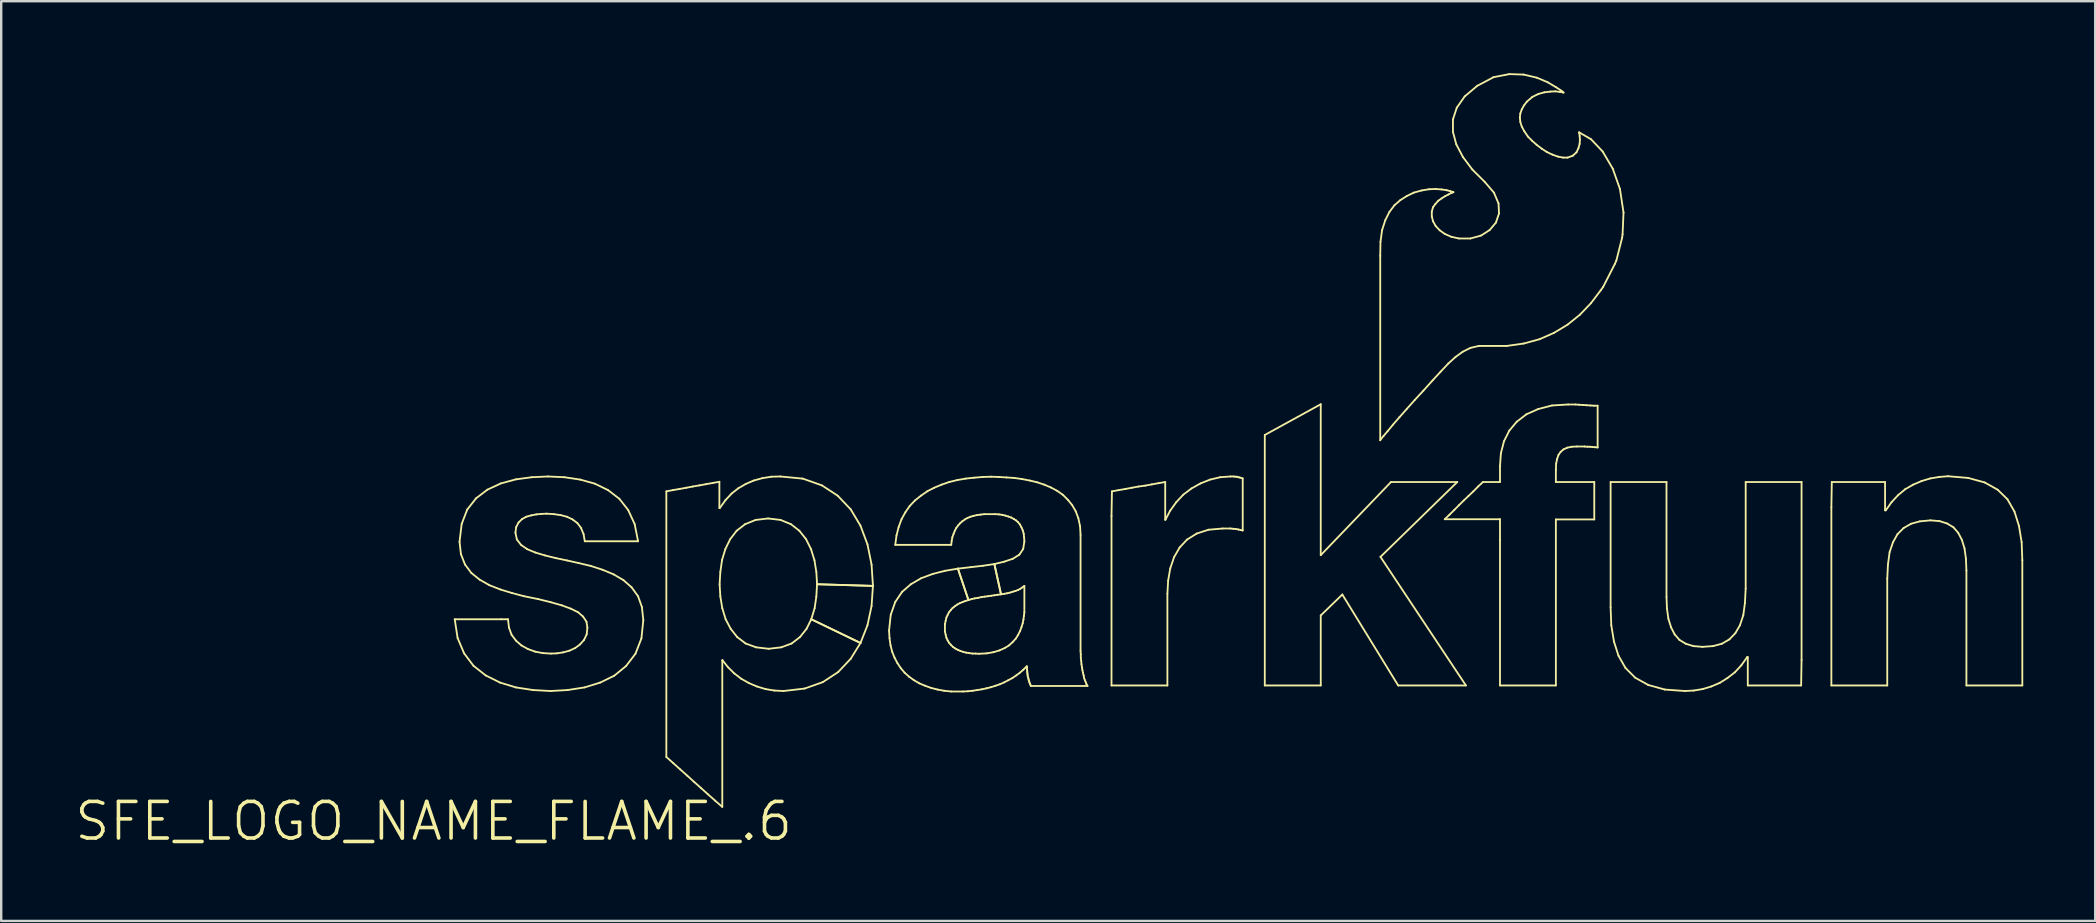
<source format=kicad_pcb>
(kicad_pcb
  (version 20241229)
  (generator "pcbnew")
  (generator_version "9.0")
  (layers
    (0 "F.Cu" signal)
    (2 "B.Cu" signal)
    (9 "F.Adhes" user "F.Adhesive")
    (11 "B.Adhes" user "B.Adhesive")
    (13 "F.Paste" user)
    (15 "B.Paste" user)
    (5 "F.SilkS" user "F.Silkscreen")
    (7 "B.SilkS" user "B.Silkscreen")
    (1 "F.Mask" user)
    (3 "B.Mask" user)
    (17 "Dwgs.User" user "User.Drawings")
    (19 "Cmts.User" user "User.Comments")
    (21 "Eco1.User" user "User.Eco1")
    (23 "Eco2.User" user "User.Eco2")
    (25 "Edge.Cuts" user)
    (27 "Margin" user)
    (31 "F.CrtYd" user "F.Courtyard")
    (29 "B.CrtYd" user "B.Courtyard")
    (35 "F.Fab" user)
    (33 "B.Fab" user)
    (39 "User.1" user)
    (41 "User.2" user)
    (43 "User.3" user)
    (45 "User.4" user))
  (footprint "SFE_LOGO_NAME_FLAME_.6"
    (layer "F.Cu")
    (at 15.022 31.176)
    (property "Reference" "SFE_LOGO_NAME_FLAME_.6" (at 0 0 0) (layer "F.SilkS") (effects (font (size 1.524 1.524) (thickness 0.15))))
    (attr exclude_from_pos_files exclude_from_bom)
    (fp_line (start 0.879 -8.418) (end 2.819 -8.418) (stroke (width 0.076) (type solid)) (layer "F.SilkS"))
    (fp_line (start 0.998 -7.638) (end 0.879 -8.418) (stroke (width 0.076) (type solid)) (layer "F.SilkS"))
    (fp_line (start 1.079 -11.648) (end 1.168 -12.388) (stroke (width 0.076) (type solid)) (layer "F.SilkS"))
    (fp_line (start 1.138 -11.128) (end 1.079 -11.648) (stroke (width 0.076) (type solid)) (layer "F.SilkS"))
    (fp_line (start 1.168 -12.388) (end 1.4 -12.99) (stroke (width 0.076) (type solid)) (layer "F.SilkS"))
    (fp_line (start 1.27 -6.998) (end 0.998 -7.638) (stroke (width 0.076) (type solid)) (layer "F.SilkS"))
    (fp_line (start 1.308 -10.698) (end 1.138 -11.128) (stroke (width 0.076) (type solid)) (layer "F.SilkS"))
    (fp_line (start 1.4 -12.99) (end 1.768 -13.459) (stroke (width 0.076) (type solid)) (layer "F.SilkS"))
    (fp_line (start 1.57 -10.348) (end 1.308 -10.698) (stroke (width 0.076) (type solid)) (layer "F.SilkS"))
    (fp_line (start 1.659 -6.48) (end 1.27 -6.998) (stroke (width 0.076) (type solid)) (layer "F.SilkS"))
    (fp_line (start 1.768 -13.459) (end 2.238 -13.818) (stroke (width 0.076) (type solid)) (layer "F.SilkS"))
    (fp_line (start 1.918 -10.069) (end 1.57 -10.348) (stroke (width 0.076) (type solid)) (layer "F.SilkS"))
    (fp_line (start 2.169 -6.078) (end 1.659 -6.48) (stroke (width 0.076) (type solid)) (layer "F.SilkS"))
    (fp_line (start 2.238 -13.818) (end 2.799 -14.079) (stroke (width 0.076) (type solid)) (layer "F.SilkS"))
    (fp_line (start 2.319 -9.84) (end 1.918 -10.069) (stroke (width 0.076) (type solid)) (layer "F.SilkS"))
    (fp_line (start 2.769 -5.779) (end 2.169 -6.078) (stroke (width 0.076) (type solid)) (layer "F.SilkS"))
    (fp_line (start 2.779 -9.66) (end 2.319 -9.84) (stroke (width 0.076) (type solid)) (layer "F.SilkS"))
    (fp_line (start 2.799 -14.079) (end 3.429 -14.249) (stroke (width 0.076) (type solid)) (layer "F.SilkS"))
    (fp_line (start 2.819 -8.418) (end 3.099 -8.418) (stroke (width 0.076) (type solid)) (layer "F.SilkS"))
    (fp_line (start 3.099 -8.418) (end 3.139 -8.07) (stroke (width 0.076) (type solid)) (layer "F.SilkS"))
    (fp_line (start 3.139 -8.07) (end 3.249 -7.77) (stroke (width 0.076) (type solid)) (layer "F.SilkS"))
    (fp_line (start 3.249 -7.77) (end 3.429 -7.529) (stroke (width 0.076) (type solid)) (layer "F.SilkS"))
    (fp_line (start 3.269 -9.51) (end 2.779 -9.66) (stroke (width 0.076) (type solid)) (layer "F.SilkS"))
    (fp_line (start 3.409 -12.029) (end 3.47 -11.74) (stroke (width 0.076) (type solid)) (layer "F.SilkS"))
    (fp_line (start 3.429 -14.249) (end 4.089 -14.338) (stroke (width 0.076) (type solid)) (layer "F.SilkS"))
    (fp_line (start 3.429 -7.529) (end 3.658 -7.328) (stroke (width 0.076) (type solid)) (layer "F.SilkS"))
    (fp_line (start 3.429 -5.578) (end 2.769 -5.779) (stroke (width 0.076) (type solid)) (layer "F.SilkS"))
    (fp_line (start 3.439 -12.258) (end 3.409 -12.029) (stroke (width 0.076) (type solid)) (layer "F.SilkS"))
    (fp_line (start 3.47 -11.74) (end 3.64 -11.519) (stroke (width 0.076) (type solid)) (layer "F.SilkS"))
    (fp_line (start 3.538 -12.449) (end 3.439 -12.258) (stroke (width 0.076) (type solid)) (layer "F.SilkS"))
    (fp_line (start 3.64 -11.519) (end 3.899 -11.339) (stroke (width 0.076) (type solid)) (layer "F.SilkS"))
    (fp_line (start 3.658 -7.328) (end 3.929 -7.178) (stroke (width 0.076) (type solid)) (layer "F.SilkS"))
    (fp_line (start 3.678 -12.588) (end 3.538 -12.449) (stroke (width 0.076) (type solid)) (layer "F.SilkS"))
    (fp_line (start 3.769 -9.378) (end 3.269 -9.51) (stroke (width 0.076) (type solid)) (layer "F.SilkS"))
    (fp_line (start 3.858 -12.69) (end 3.678 -12.588) (stroke (width 0.076) (type solid)) (layer "F.SilkS"))
    (fp_line (start 3.899 -11.339) (end 4.239 -11.199) (stroke (width 0.076) (type solid)) (layer "F.SilkS"))
    (fp_line (start 3.929 -7.178) (end 4.229 -7.069) (stroke (width 0.076) (type solid)) (layer "F.SilkS"))
    (fp_line (start 4.069 -12.748) (end 3.858 -12.69) (stroke (width 0.076) (type solid)) (layer "F.SilkS"))
    (fp_line (start 4.089 -14.338) (end 4.768 -14.369) (stroke (width 0.076) (type solid)) (layer "F.SilkS"))
    (fp_line (start 4.138 -5.469) (end 3.429 -5.578) (stroke (width 0.076) (type solid)) (layer "F.SilkS"))
    (fp_line (start 4.229 -7.069) (end 4.549 -7.008) (stroke (width 0.076) (type solid)) (layer "F.SilkS"))
    (fp_line (start 4.239 -11.199) (end 4.638 -11.079) (stroke (width 0.076) (type solid)) (layer "F.SilkS"))
    (fp_line (start 4.28 -12.789) (end 4.069 -12.748) (stroke (width 0.076) (type solid)) (layer "F.SilkS"))
    (fp_line (start 4.359 -9.258) (end 3.769 -9.378) (stroke (width 0.076) (type solid)) (layer "F.SilkS"))
    (fp_line (start 4.498 -12.809) (end 4.28 -12.789) (stroke (width 0.076) (type solid)) (layer "F.SilkS"))
    (fp_line (start 4.549 -7.008) (end 4.889 -6.988) (stroke (width 0.076) (type solid)) (layer "F.SilkS"))
    (fp_line (start 4.638 -11.079) (end 5.088 -10.968) (stroke (width 0.076) (type solid)) (layer "F.SilkS"))
    (fp_line (start 4.709 -12.819) (end 4.498 -12.809) (stroke (width 0.076) (type solid)) (layer "F.SilkS"))
    (fp_line (start 4.768 -14.369) (end 5.448 -14.338) (stroke (width 0.076) (type solid)) (layer "F.SilkS"))
    (fp_line (start 4.869 -5.428) (end 4.138 -5.469) (stroke (width 0.076) (type solid)) (layer "F.SilkS"))
    (fp_line (start 4.879 -9.129) (end 4.359 -9.258) (stroke (width 0.076) (type solid)) (layer "F.SilkS"))
    (fp_line (start 4.889 -6.988) (end 5.138 -6.998) (stroke (width 0.076) (type solid)) (layer "F.SilkS"))
    (fp_line (start 5.009 -12.799) (end 4.709 -12.819) (stroke (width 0.076) (type solid)) (layer "F.SilkS"))
    (fp_line (start 5.088 -10.968) (end 5.558 -10.869) (stroke (width 0.076) (type solid)) (layer "F.SilkS"))
    (fp_line (start 5.138 -6.998) (end 5.397 -7.038) (stroke (width 0.076) (type solid)) (layer "F.SilkS"))
    (fp_line (start 5.298 -12.758) (end 5.009 -12.799) (stroke (width 0.076) (type solid)) (layer "F.SilkS"))
    (fp_line (start 5.339 -8.999) (end 4.879 -9.129) (stroke (width 0.076) (type solid)) (layer "F.SilkS"))
    (fp_line (start 5.397 -7.038) (end 5.659 -7.109) (stroke (width 0.076) (type solid)) (layer "F.SilkS"))
    (fp_line (start 5.448 -14.338) (end 6.109 -14.239) (stroke (width 0.076) (type solid)) (layer "F.SilkS"))
    (fp_line (start 5.558 -12.69) (end 5.298 -12.758) (stroke (width 0.076) (type solid)) (layer "F.SilkS"))
    (fp_line (start 5.558 -10.869) (end 6.048 -10.759) (stroke (width 0.076) (type solid)) (layer "F.SilkS"))
    (fp_line (start 5.588 -5.469) (end 4.869 -5.428) (stroke (width 0.076) (type solid)) (layer "F.SilkS"))
    (fp_line (start 5.659 -7.109) (end 5.898 -7.219) (stroke (width 0.076) (type solid)) (layer "F.SilkS"))
    (fp_line (start 5.718 -8.86) (end 5.339 -8.999) (stroke (width 0.076) (type solid)) (layer "F.SilkS"))
    (fp_line (start 5.789 -12.578) (end 5.558 -12.69) (stroke (width 0.076) (type solid)) (layer "F.SilkS"))
    (fp_line (start 5.898 -7.219) (end 6.099 -7.369) (stroke (width 0.076) (type solid)) (layer "F.SilkS"))
    (fp_line (start 5.989 -12.428) (end 5.789 -12.578) (stroke (width 0.076) (type solid)) (layer "F.SilkS"))
    (fp_line (start 6.02 -8.71) (end 5.718 -8.86) (stroke (width 0.076) (type solid)) (layer "F.SilkS"))
    (fp_line (start 6.048 -10.759) (end 6.558 -10.638) (stroke (width 0.076) (type solid)) (layer "F.SilkS"))
    (fp_line (start 6.099 -7.369) (end 6.269 -7.559) (stroke (width 0.076) (type solid)) (layer "F.SilkS"))
    (fp_line (start 6.109 -14.239) (end 6.718 -14.069) (stroke (width 0.076) (type solid)) (layer "F.SilkS"))
    (fp_line (start 6.139 -12.228) (end 5.989 -12.428) (stroke (width 0.076) (type solid)) (layer "F.SilkS"))
    (fp_line (start 6.228 -8.529) (end 6.02 -8.71) (stroke (width 0.076) (type solid)) (layer "F.SilkS"))
    (fp_line (start 6.248 -11.968) (end 6.139 -12.228) (stroke (width 0.076) (type solid)) (layer "F.SilkS"))
    (fp_line (start 6.269 -7.559) (end 6.378 -7.788) (stroke (width 0.076) (type solid)) (layer "F.SilkS"))
    (fp_line (start 6.289 -5.578) (end 5.588 -5.469) (stroke (width 0.076) (type solid)) (layer "F.SilkS"))
    (fp_line (start 6.299 -11.669) (end 6.248 -11.968) (stroke (width 0.076) (type solid)) (layer "F.SilkS"))
    (fp_line (start 6.368 -8.319) (end 6.228 -8.529) (stroke (width 0.076) (type solid)) (layer "F.SilkS"))
    (fp_line (start 6.378 -7.788) (end 6.408 -8.07) (stroke (width 0.076) (type solid)) (layer "F.SilkS"))
    (fp_line (start 6.408 -8.07) (end 6.368 -8.319) (stroke (width 0.076) (type solid)) (layer "F.SilkS"))
    (fp_line (start 6.558 -10.638) (end 7.048 -10.477) (stroke (width 0.076) (type solid)) (layer "F.SilkS"))
    (fp_line (start 6.718 -14.069) (end 7.269 -13.8) (stroke (width 0.076) (type solid)) (layer "F.SilkS"))
    (fp_line (start 6.939 -5.779) (end 6.289 -5.578) (stroke (width 0.076) (type solid)) (layer "F.SilkS"))
    (fp_line (start 7.048 -10.477) (end 7.498 -10.29) (stroke (width 0.076) (type solid)) (layer "F.SilkS"))
    (fp_line (start 7.269 -13.8) (end 7.739 -13.439) (stroke (width 0.076) (type solid)) (layer "F.SilkS"))
    (fp_line (start 7.498 -10.29) (end 7.91 -10.048) (stroke (width 0.076) (type solid)) (layer "F.SilkS"))
    (fp_line (start 7.529 -6.068) (end 6.939 -5.779) (stroke (width 0.076) (type solid)) (layer "F.SilkS"))
    (fp_line (start 7.739 -13.439) (end 8.108 -12.969) (stroke (width 0.076) (type solid)) (layer "F.SilkS"))
    (fp_line (start 7.91 -10.048) (end 8.25 -9.749) (stroke (width 0.076) (type solid)) (layer "F.SilkS"))
    (fp_line (start 8.019 -6.469) (end 7.529 -6.068) (stroke (width 0.076) (type solid)) (layer "F.SilkS"))
    (fp_line (start 8.108 -12.969) (end 8.379 -12.38) (stroke (width 0.076) (type solid)) (layer "F.SilkS"))
    (fp_line (start 8.25 -9.749) (end 8.519 -9.378) (stroke (width 0.076) (type solid)) (layer "F.SilkS"))
    (fp_line (start 8.379 -12.38) (end 8.519 -11.669) (stroke (width 0.076) (type solid)) (layer "F.SilkS"))
    (fp_line (start 8.41 -6.98) (end 8.019 -6.469) (stroke (width 0.076) (type solid)) (layer "F.SilkS"))
    (fp_line (start 8.519 -11.669) (end 6.299 -11.669) (stroke (width 0.076) (type solid)) (layer "F.SilkS"))
    (fp_line (start 8.519 -9.378) (end 8.679 -8.928) (stroke (width 0.076) (type solid)) (layer "F.SilkS"))
    (fp_line (start 8.659 -7.62) (end 8.41 -6.98) (stroke (width 0.076) (type solid)) (layer "F.SilkS"))
    (fp_line (start 8.679 -8.928) (end 8.738 -8.379) (stroke (width 0.076) (type solid)) (layer "F.SilkS"))
    (fp_line (start 8.738 -8.379) (end 8.659 -7.62) (stroke (width 0.076) (type solid)) (layer "F.SilkS"))
    (fp_line (start 9.698 -13.749) (end 9.97 -13.8) (stroke (width 0.076) (type solid)) (layer "F.SilkS"))
    (fp_line (start 9.698 -2.68) (end 9.698 -13.749) (stroke (width 0.076) (type solid)) (layer "F.SilkS"))
    (fp_line (start 9.97 -13.8) (end 10.249 -13.848) (stroke (width 0.076) (type solid)) (layer "F.SilkS"))
    (fp_line (start 9.99 -2.418) (end 9.698 -2.68) (stroke (width 0.076) (type solid)) (layer "F.SilkS"))
    (fp_line (start 10.249 -13.848) (end 10.528 -13.899) (stroke (width 0.076) (type solid)) (layer "F.SilkS"))
    (fp_line (start 10.279 -2.159) (end 9.99 -2.418) (stroke (width 0.076) (type solid)) (layer "F.SilkS"))
    (fp_line (start 10.528 -13.899) (end 10.798 -13.95) (stroke (width 0.076) (type solid)) (layer "F.SilkS"))
    (fp_line (start 10.569 -1.9) (end 10.279 -2.159) (stroke (width 0.076) (type solid)) (layer "F.SilkS"))
    (fp_line (start 10.798 -13.95) (end 11.079 -13.998) (stroke (width 0.076) (type solid)) (layer "F.SilkS"))
    (fp_line (start 10.858 -1.638) (end 10.569 -1.9) (stroke (width 0.076) (type solid)) (layer "F.SilkS"))
    (fp_line (start 11.079 -13.998) (end 11.359 -14.049) (stroke (width 0.076) (type solid)) (layer "F.SilkS"))
    (fp_line (start 11.148 -1.379) (end 10.858 -1.638) (stroke (width 0.076) (type solid)) (layer "F.SilkS"))
    (fp_line (start 11.359 -14.049) (end 11.638 -14.1) (stroke (width 0.076) (type solid)) (layer "F.SilkS"))
    (fp_line (start 11.438 -1.118) (end 11.148 -1.379) (stroke (width 0.076) (type solid)) (layer "F.SilkS"))
    (fp_line (start 11.638 -14.1) (end 11.908 -14.148) (stroke (width 0.076) (type solid)) (layer "F.SilkS"))
    (fp_line (start 11.73 -0.859) (end 11.438 -1.118) (stroke (width 0.076) (type solid)) (layer "F.SilkS"))
    (fp_line (start 11.908 -14.148) (end 11.908 -13.058) (stroke (width 0.076) (type solid)) (layer "F.SilkS"))
    (fp_line (start 11.908 -13.058) (end 11.928 -13.058) (stroke (width 0.076) (type solid)) (layer "F.SilkS"))
    (fp_line (start 11.918 -9.878) (end 11.948 -9.368) (stroke (width 0.076) (type solid)) (layer "F.SilkS"))
    (fp_line (start 11.928 -13.058) (end 12.159 -13.378) (stroke (width 0.076) (type solid)) (layer "F.SilkS"))
    (fp_line (start 11.948 -10.389) (end 11.918 -9.878) (stroke (width 0.076) (type solid)) (layer "F.SilkS"))
    (fp_line (start 11.948 -9.368) (end 12.029 -8.88) (stroke (width 0.076) (type solid)) (layer "F.SilkS"))
    (fp_line (start 12.019 -10.889) (end 11.948 -10.389) (stroke (width 0.076) (type solid)) (layer "F.SilkS"))
    (fp_line (start 12.029 -8.88) (end 12.169 -8.418) (stroke (width 0.076) (type solid)) (layer "F.SilkS"))
    (fp_line (start 12.029 -6.708) (end 12.029 -0.599) (stroke (width 0.076) (type solid)) (layer "F.SilkS"))
    (fp_line (start 12.029 -0.599) (end 11.73 -0.859) (stroke (width 0.076) (type solid)) (layer "F.SilkS"))
    (fp_line (start 12.04 -6.708) (end 12.029 -6.708) (stroke (width 0.076) (type solid)) (layer "F.SilkS"))
    (fp_line (start 12.159 -13.378) (end 12.418 -13.658) (stroke (width 0.076) (type solid)) (layer "F.SilkS"))
    (fp_line (start 12.159 -11.349) (end 12.019 -10.889) (stroke (width 0.076) (type solid)) (layer "F.SilkS"))
    (fp_line (start 12.169 -8.418) (end 12.38 -8.019) (stroke (width 0.076) (type solid)) (layer "F.SilkS"))
    (fp_line (start 12.268 -6.419) (end 12.04 -6.708) (stroke (width 0.076) (type solid)) (layer "F.SilkS"))
    (fp_line (start 12.36 -11.758) (end 12.159 -11.349) (stroke (width 0.076) (type solid)) (layer "F.SilkS"))
    (fp_line (start 12.38 -8.019) (end 12.649 -7.678) (stroke (width 0.076) (type solid)) (layer "F.SilkS"))
    (fp_line (start 12.418 -13.658) (end 12.7 -13.879) (stroke (width 0.076) (type solid)) (layer "F.SilkS"))
    (fp_line (start 12.53 -6.16) (end 12.268 -6.419) (stroke (width 0.076) (type solid)) (layer "F.SilkS"))
    (fp_line (start 12.629 -12.108) (end 12.36 -11.758) (stroke (width 0.076) (type solid)) (layer "F.SilkS"))
    (fp_line (start 12.649 -7.678) (end 13 -7.409) (stroke (width 0.076) (type solid)) (layer "F.SilkS"))
    (fp_line (start 12.7 -13.879) (end 13.01 -14.059) (stroke (width 0.076) (type solid)) (layer "F.SilkS"))
    (fp_line (start 12.819 -5.939) (end 12.53 -6.16) (stroke (width 0.076) (type solid)) (layer "F.SilkS"))
    (fp_line (start 12.979 -12.38) (end 12.629 -12.108) (stroke (width 0.076) (type solid)) (layer "F.SilkS"))
    (fp_line (start 13 -7.409) (end 13.439 -7.249) (stroke (width 0.076) (type solid)) (layer "F.SilkS"))
    (fp_line (start 13.01 -14.059) (end 13.338 -14.199) (stroke (width 0.076) (type solid)) (layer "F.SilkS"))
    (fp_line (start 13.139 -5.758) (end 12.819 -5.939) (stroke (width 0.076) (type solid)) (layer "F.SilkS"))
    (fp_line (start 13.338 -14.199) (end 13.698 -14.298) (stroke (width 0.076) (type solid)) (layer "F.SilkS"))
    (fp_line (start 13.419 -12.558) (end 12.979 -12.38) (stroke (width 0.076) (type solid)) (layer "F.SilkS"))
    (fp_line (start 13.439 -7.249) (end 13.96 -7.188) (stroke (width 0.076) (type solid)) (layer "F.SilkS"))
    (fp_line (start 13.47 -5.618) (end 13.139 -5.758) (stroke (width 0.076) (type solid)) (layer "F.SilkS"))
    (fp_line (start 13.698 -14.298) (end 14.069 -14.359) (stroke (width 0.076) (type solid)) (layer "F.SilkS"))
    (fp_line (start 13.828 -5.509) (end 13.47 -5.618) (stroke (width 0.076) (type solid)) (layer "F.SilkS"))
    (fp_line (start 13.94 -12.619) (end 13.419 -12.558) (stroke (width 0.076) (type solid)) (layer "F.SilkS"))
    (fp_line (start 13.96 -7.188) (end 14.488 -7.249) (stroke (width 0.076) (type solid)) (layer "F.SilkS"))
    (fp_line (start 14.069 -14.359) (end 14.448 -14.369) (stroke (width 0.076) (type solid)) (layer "F.SilkS"))
    (fp_line (start 14.199 -5.448) (end 13.828 -5.509) (stroke (width 0.076) (type solid)) (layer "F.SilkS"))
    (fp_line (start 14.448 -14.369) (end 15.38 -14.28) (stroke (width 0.076) (type solid)) (layer "F.SilkS"))
    (fp_line (start 14.458 -12.558) (end 13.94 -12.619) (stroke (width 0.076) (type solid)) (layer "F.SilkS"))
    (fp_line (start 14.488 -7.249) (end 14.92 -7.409) (stroke (width 0.076) (type solid)) (layer "F.SilkS"))
    (fp_line (start 14.58 -5.428) (end 14.199 -5.448) (stroke (width 0.076) (type solid)) (layer "F.SilkS"))
    (fp_line (start 14.889 -12.38) (end 14.458 -12.558) (stroke (width 0.076) (type solid)) (layer "F.SilkS"))
    (fp_line (start 14.92 -7.409) (end 15.268 -7.678) (stroke (width 0.076) (type solid)) (layer "F.SilkS"))
    (fp_line (start 15.24 -12.108) (end 14.889 -12.38) (stroke (width 0.076) (type solid)) (layer "F.SilkS"))
    (fp_line (start 15.268 -7.678) (end 15.54 -8.019) (stroke (width 0.076) (type solid)) (layer "F.SilkS"))
    (fp_line (start 15.38 -14.28) (end 16.18 -13.998) (stroke (width 0.076) (type solid)) (layer "F.SilkS"))
    (fp_line (start 15.458 -5.53) (end 14.58 -5.428) (stroke (width 0.076) (type solid)) (layer "F.SilkS"))
    (fp_line (start 15.519 -11.758) (end 15.24 -12.108) (stroke (width 0.076) (type solid)) (layer "F.SilkS"))
    (fp_line (start 15.54 -8.019) (end 15.738 -8.418) (stroke (width 0.076) (type solid)) (layer "F.SilkS"))
    (fp_line (start 15.728 -11.339) (end 15.519 -11.758) (stroke (width 0.076) (type solid)) (layer "F.SilkS"))
    (fp_line (start 15.738 -8.418) (end 15.878 -8.88) (stroke (width 0.076) (type solid)) (layer "F.SilkS"))
    (fp_line (start 15.738 -8.418) (end 17.788 -7.429) (stroke (width 0.076) (type solid)) (layer "F.SilkS"))
    (fp_line (start 15.87 -10.879) (end 15.728 -11.339) (stroke (width 0.076) (type solid)) (layer "F.SilkS"))
    (fp_line (start 15.878 -8.88) (end 15.949 -9.368) (stroke (width 0.076) (type solid)) (layer "F.SilkS"))
    (fp_line (start 15.949 -10.389) (end 15.87 -10.879) (stroke (width 0.076) (type solid)) (layer "F.SilkS"))
    (fp_line (start 15.949 -9.368) (end 15.979 -9.878) (stroke (width 0.076) (type solid)) (layer "F.SilkS"))
    (fp_line (start 15.979 -9.878) (end 15.949 -10.389) (stroke (width 0.076) (type solid)) (layer "F.SilkS"))
    (fp_line (start 15.979 -9.878) (end 18.308 -9.809) (stroke (width 0.076) (type solid)) (layer "F.SilkS"))
    (fp_line (start 16.18 -13.998) (end 16.838 -13.569) (stroke (width 0.076) (type solid)) (layer "F.SilkS"))
    (fp_line (start 16.218 -5.799) (end 15.458 -5.53) (stroke (width 0.076) (type solid)) (layer "F.SilkS"))
    (fp_line (start 16.838 -13.569) (end 17.379 -13) (stroke (width 0.076) (type solid)) (layer "F.SilkS"))
    (fp_line (start 16.858 -6.218) (end 16.218 -5.799) (stroke (width 0.076) (type solid)) (layer "F.SilkS"))
    (fp_line (start 17.379 -13) (end 17.788 -12.319) (stroke (width 0.076) (type solid)) (layer "F.SilkS"))
    (fp_line (start 17.379 -6.769) (end 16.858 -6.218) (stroke (width 0.076) (type solid)) (layer "F.SilkS"))
    (fp_line (start 17.788 -12.319) (end 18.08 -11.539) (stroke (width 0.076) (type solid)) (layer "F.SilkS"))
    (fp_line (start 17.788 -7.429) (end 15.738 -8.418) (stroke (width 0.076) (type solid)) (layer "F.SilkS"))
    (fp_line (start 17.788 -7.429) (end 17.379 -6.769) (stroke (width 0.076) (type solid)) (layer "F.SilkS"))
    (fp_line (start 18.08 -11.539) (end 18.25 -10.698) (stroke (width 0.076) (type solid)) (layer "F.SilkS"))
    (fp_line (start 18.08 -8.169) (end 17.788 -7.429) (stroke (width 0.076) (type solid)) (layer "F.SilkS"))
    (fp_line (start 18.25 -10.698) (end 18.308 -9.809) (stroke (width 0.076) (type solid)) (layer "F.SilkS"))
    (fp_line (start 18.25 -8.969) (end 18.08 -8.169) (stroke (width 0.076) (type solid)) (layer "F.SilkS"))
    (fp_line (start 18.308 -9.809) (end 15.979 -9.878) (stroke (width 0.076) (type solid)) (layer "F.SilkS"))
    (fp_line (start 18.308 -9.809) (end 18.25 -8.969) (stroke (width 0.076) (type solid)) (layer "F.SilkS"))
    (fp_line (start 18.979 -7.948) (end 19.05 -8.608) (stroke (width 0.076) (type solid)) (layer "F.SilkS"))
    (fp_line (start 18.999 -7.628) (end 18.979 -7.948) (stroke (width 0.076) (type solid)) (layer "F.SilkS"))
    (fp_line (start 19.04 -7.338) (end 18.999 -7.628) (stroke (width 0.076) (type solid)) (layer "F.SilkS"))
    (fp_line (start 19.05 -8.608) (end 19.238 -9.139) (stroke (width 0.076) (type solid)) (layer "F.SilkS"))
    (fp_line (start 19.108 -7.069) (end 19.04 -7.338) (stroke (width 0.076) (type solid)) (layer "F.SilkS"))
    (fp_line (start 19.207 -6.82) (end 19.108 -7.069) (stroke (width 0.076) (type solid)) (layer "F.SilkS"))
    (fp_line (start 19.238 -11.519) (end 19.289 -11.908) (stroke (width 0.076) (type solid)) (layer "F.SilkS"))
    (fp_line (start 19.238 -9.139) (end 19.52 -9.558) (stroke (width 0.076) (type solid)) (layer "F.SilkS"))
    (fp_line (start 19.289 -11.908) (end 19.378 -12.258) (stroke (width 0.076) (type solid)) (layer "F.SilkS"))
    (fp_line (start 19.329 -6.589) (end 19.207 -6.82) (stroke (width 0.076) (type solid)) (layer "F.SilkS"))
    (fp_line (start 19.378 -12.258) (end 19.5 -12.588) (stroke (width 0.076) (type solid)) (layer "F.SilkS"))
    (fp_line (start 19.469 -6.378) (end 19.329 -6.589) (stroke (width 0.076) (type solid)) (layer "F.SilkS"))
    (fp_line (start 19.5 -12.588) (end 19.66 -12.878) (stroke (width 0.076) (type solid)) (layer "F.SilkS"))
    (fp_line (start 19.52 -9.558) (end 19.888 -9.878) (stroke (width 0.076) (type solid)) (layer "F.SilkS"))
    (fp_line (start 19.629 -6.19) (end 19.469 -6.378) (stroke (width 0.076) (type solid)) (layer "F.SilkS"))
    (fp_line (start 19.66 -12.878) (end 19.84 -13.139) (stroke (width 0.076) (type solid)) (layer "F.SilkS"))
    (fp_line (start 19.82 -6.02) (end 19.629 -6.19) (stroke (width 0.076) (type solid)) (layer "F.SilkS"))
    (fp_line (start 19.84 -13.139) (end 20.058 -13.368) (stroke (width 0.076) (type solid)) (layer "F.SilkS"))
    (fp_line (start 19.888 -9.878) (end 20.32 -10.13) (stroke (width 0.076) (type solid)) (layer "F.SilkS"))
    (fp_line (start 20.018 -5.878) (end 19.82 -6.02) (stroke (width 0.076) (type solid)) (layer "F.SilkS"))
    (fp_line (start 20.058 -13.368) (end 20.31 -13.569) (stroke (width 0.076) (type solid)) (layer "F.SilkS"))
    (fp_line (start 20.239 -5.748) (end 20.018 -5.878) (stroke (width 0.076) (type solid)) (layer "F.SilkS"))
    (fp_line (start 20.31 -13.569) (end 20.569 -13.749) (stroke (width 0.076) (type solid)) (layer "F.SilkS"))
    (fp_line (start 20.32 -10.13) (end 20.808 -10.31) (stroke (width 0.076) (type solid)) (layer "F.SilkS"))
    (fp_line (start 20.477 -5.649) (end 20.239 -5.748) (stroke (width 0.076) (type solid)) (layer "F.SilkS"))
    (fp_line (start 20.569 -13.749) (end 20.858 -13.899) (stroke (width 0.076) (type solid)) (layer "F.SilkS"))
    (fp_line (start 20.729 -5.558) (end 20.477 -5.649) (stroke (width 0.076) (type solid)) (layer "F.SilkS"))
    (fp_line (start 20.808 -10.31) (end 21.318 -10.439) (stroke (width 0.076) (type solid)) (layer "F.SilkS"))
    (fp_line (start 20.858 -13.899) (end 21.168 -14.028) (stroke (width 0.076) (type solid)) (layer "F.SilkS"))
    (fp_line (start 20.998 -5.489) (end 20.729 -5.558) (stroke (width 0.076) (type solid)) (layer "F.SilkS"))
    (fp_line (start 21.168 -14.028) (end 21.488 -14.138) (stroke (width 0.076) (type solid)) (layer "F.SilkS"))
    (fp_line (start 21.278 -5.438) (end 20.998 -5.489) (stroke (width 0.076) (type solid)) (layer "F.SilkS"))
    (fp_line (start 21.308 -8.219) (end 21.308 -7.91) (stroke (width 0.076) (type solid)) (layer "F.SilkS"))
    (fp_line (start 21.308 -7.91) (end 21.339 -7.77) (stroke (width 0.076) (type solid)) (layer "F.SilkS"))
    (fp_line (start 21.318 -10.439) (end 21.849 -10.528) (stroke (width 0.076) (type solid)) (layer "F.SilkS"))
    (fp_line (start 21.339 -8.359) (end 21.308 -8.219) (stroke (width 0.076) (type solid)) (layer "F.SilkS"))
    (fp_line (start 21.339 -7.77) (end 21.369 -7.648) (stroke (width 0.076) (type solid)) (layer "F.SilkS"))
    (fp_line (start 21.369 -8.489) (end 21.339 -8.359) (stroke (width 0.076) (type solid)) (layer "F.SilkS"))
    (fp_line (start 21.369 -7.648) (end 21.42 -7.539) (stroke (width 0.076) (type solid)) (layer "F.SilkS"))
    (fp_line (start 21.42 -8.598) (end 21.369 -8.489) (stroke (width 0.076) (type solid)) (layer "F.SilkS"))
    (fp_line (start 21.42 -7.539) (end 21.478 -7.44) (stroke (width 0.076) (type solid)) (layer "F.SilkS"))
    (fp_line (start 21.478 -8.71) (end 21.42 -8.598) (stroke (width 0.076) (type solid)) (layer "F.SilkS"))
    (fp_line (start 21.478 -7.44) (end 21.56 -7.348) (stroke (width 0.076) (type solid)) (layer "F.SilkS"))
    (fp_line (start 21.488 -14.138) (end 21.819 -14.219) (stroke (width 0.076) (type solid)) (layer "F.SilkS"))
    (fp_line (start 21.549 -8.799) (end 21.478 -8.71) (stroke (width 0.076) (type solid)) (layer "F.SilkS"))
    (fp_line (start 21.56 -7.348) (end 21.638 -7.269) (stroke (width 0.076) (type solid)) (layer "F.SilkS"))
    (fp_line (start 21.57 -11.519) (end 19.238 -11.519) (stroke (width 0.076) (type solid)) (layer "F.SilkS"))
    (fp_line (start 21.57 -5.408) (end 21.278 -5.438) (stroke (width 0.076) (type solid)) (layer "F.SilkS"))
    (fp_line (start 21.59 -11.689) (end 21.57 -11.519) (stroke (width 0.076) (type solid)) (layer "F.SilkS"))
    (fp_line (start 21.618 -11.839) (end 21.59 -11.689) (stroke (width 0.076) (type solid)) (layer "F.SilkS"))
    (fp_line (start 21.628 -8.89) (end 21.549 -8.799) (stroke (width 0.076) (type solid)) (layer "F.SilkS"))
    (fp_line (start 21.638 -7.269) (end 21.74 -7.198) (stroke (width 0.076) (type solid)) (layer "F.SilkS"))
    (fp_line (start 21.669 -11.979) (end 21.618 -11.839) (stroke (width 0.076) (type solid)) (layer "F.SilkS"))
    (fp_line (start 21.72 -12.108) (end 21.669 -11.979) (stroke (width 0.076) (type solid)) (layer "F.SilkS"))
    (fp_line (start 21.72 -8.959) (end 21.628 -8.89) (stroke (width 0.076) (type solid)) (layer "F.SilkS"))
    (fp_line (start 21.74 -7.198) (end 21.839 -7.148) (stroke (width 0.076) (type solid)) (layer "F.SilkS"))
    (fp_line (start 21.778 -12.22) (end 21.72 -12.108) (stroke (width 0.076) (type solid)) (layer "F.SilkS"))
    (fp_line (start 21.819 -14.219) (end 22.169 -14.28) (stroke (width 0.076) (type solid)) (layer "F.SilkS"))
    (fp_line (start 21.819 -9.03) (end 21.72 -8.959) (stroke (width 0.076) (type solid)) (layer "F.SilkS"))
    (fp_line (start 21.839 -7.148) (end 21.948 -7.099) (stroke (width 0.076) (type solid)) (layer "F.SilkS"))
    (fp_line (start 21.849 -10.528) (end 22.288 -9.218) (stroke (width 0.076) (type solid)) (layer "F.SilkS"))
    (fp_line (start 21.849 -10.528) (end 22.38 -10.589) (stroke (width 0.076) (type solid)) (layer "F.SilkS"))
    (fp_line (start 21.859 -12.329) (end 21.778 -12.22) (stroke (width 0.076) (type solid)) (layer "F.SilkS"))
    (fp_line (start 21.928 -9.088) (end 21.819 -9.03) (stroke (width 0.076) (type solid)) (layer "F.SilkS"))
    (fp_line (start 21.938 -12.418) (end 21.859 -12.329) (stroke (width 0.076) (type solid)) (layer "F.SilkS"))
    (fp_line (start 21.948 -7.099) (end 22.068 -7.059) (stroke (width 0.076) (type solid)) (layer "F.SilkS"))
    (fp_line (start 22.029 -12.499) (end 21.938 -12.418) (stroke (width 0.076) (type solid)) (layer "F.SilkS"))
    (fp_line (start 22.05 -9.139) (end 21.928 -9.088) (stroke (width 0.076) (type solid)) (layer "F.SilkS"))
    (fp_line (start 22.068 -7.059) (end 22.189 -7.028) (stroke (width 0.076) (type solid)) (layer "F.SilkS"))
    (fp_line (start 22.068 -5.408) (end 21.57 -5.408) (stroke (width 0.076) (type solid)) (layer "F.SilkS"))
    (fp_line (start 22.139 -12.578) (end 22.029 -12.499) (stroke (width 0.076) (type solid)) (layer "F.SilkS"))
    (fp_line (start 22.159 -9.18) (end 22.05 -9.139) (stroke (width 0.076) (type solid)) (layer "F.SilkS"))
    (fp_line (start 22.169 -14.28) (end 22.52 -14.318) (stroke (width 0.076) (type solid)) (layer "F.SilkS"))
    (fp_line (start 22.189 -7.028) (end 22.319 -7.008) (stroke (width 0.076) (type solid)) (layer "F.SilkS"))
    (fp_line (start 22.248 -12.639) (end 22.139 -12.578) (stroke (width 0.076) (type solid)) (layer "F.SilkS"))
    (fp_line (start 22.268 -5.418) (end 22.068 -5.408) (stroke (width 0.076) (type solid)) (layer "F.SilkS"))
    (fp_line (start 22.288 -9.218) (end 21.849 -10.528) (stroke (width 0.076) (type solid)) (layer "F.SilkS"))
    (fp_line (start 22.288 -9.218) (end 22.159 -9.18) (stroke (width 0.076) (type solid)) (layer "F.SilkS"))
    (fp_line (start 22.319 -7.008) (end 22.459 -6.988) (stroke (width 0.076) (type solid)) (layer "F.SilkS"))
    (fp_line (start 22.37 -12.69) (end 22.248 -12.639) (stroke (width 0.076) (type solid)) (layer "F.SilkS"))
    (fp_line (start 22.38 -10.589) (end 22.888 -10.648) (stroke (width 0.076) (type solid)) (layer "F.SilkS"))
    (fp_line (start 22.418 -9.258) (end 22.288 -9.218) (stroke (width 0.076) (type solid)) (layer "F.SilkS"))
    (fp_line (start 22.459 -6.988) (end 22.588 -6.988) (stroke (width 0.076) (type solid)) (layer "F.SilkS"))
    (fp_line (start 22.459 -5.438) (end 22.268 -5.418) (stroke (width 0.076) (type solid)) (layer "F.SilkS"))
    (fp_line (start 22.499 -12.728) (end 22.37 -12.69) (stroke (width 0.076) (type solid)) (layer "F.SilkS"))
    (fp_line (start 22.52 -14.318) (end 22.878 -14.348) (stroke (width 0.076) (type solid)) (layer "F.SilkS"))
    (fp_line (start 22.548 -9.289) (end 22.418 -9.258) (stroke (width 0.076) (type solid)) (layer "F.SilkS"))
    (fp_line (start 22.588 -6.988) (end 22.728 -6.98) (stroke (width 0.076) (type solid)) (layer "F.SilkS"))
    (fp_line (start 22.639 -12.758) (end 22.499 -12.728) (stroke (width 0.076) (type solid)) (layer "F.SilkS"))
    (fp_line (start 22.659 -5.469) (end 22.459 -5.438) (stroke (width 0.076) (type solid)) (layer "F.SilkS"))
    (fp_line (start 22.68 -9.309) (end 22.548 -9.289) (stroke (width 0.076) (type solid)) (layer "F.SilkS"))
    (fp_line (start 22.728 -6.98) (end 23.058 -6.998) (stroke (width 0.076) (type solid)) (layer "F.SilkS"))
    (fp_line (start 22.789 -12.779) (end 22.639 -12.758) (stroke (width 0.076) (type solid)) (layer "F.SilkS"))
    (fp_line (start 22.819 -9.34) (end 22.68 -9.309) (stroke (width 0.076) (type solid)) (layer "F.SilkS"))
    (fp_line (start 22.85 -5.499) (end 22.659 -5.469) (stroke (width 0.076) (type solid)) (layer "F.SilkS"))
    (fp_line (start 22.878 -14.348) (end 23.228 -14.359) (stroke (width 0.076) (type solid)) (layer "F.SilkS"))
    (fp_line (start 22.888 -10.648) (end 23.368 -10.719) (stroke (width 0.076) (type solid)) (layer "F.SilkS"))
    (fp_line (start 22.949 -12.799) (end 22.789 -12.779) (stroke (width 0.076) (type solid)) (layer "F.SilkS"))
    (fp_line (start 22.959 -9.36) (end 22.819 -9.34) (stroke (width 0.076) (type solid)) (layer "F.SilkS"))
    (fp_line (start 23.038 -5.54) (end 22.85 -5.499) (stroke (width 0.076) (type solid)) (layer "F.SilkS"))
    (fp_line (start 23.058 -6.998) (end 23.338 -7.048) (stroke (width 0.076) (type solid)) (layer "F.SilkS"))
    (fp_line (start 23.099 -9.378) (end 22.959 -9.36) (stroke (width 0.076) (type solid)) (layer "F.SilkS"))
    (fp_line (start 23.228 -14.359) (end 23.548 -14.348) (stroke (width 0.076) (type solid)) (layer "F.SilkS"))
    (fp_line (start 23.228 -5.588) (end 23.038 -5.54) (stroke (width 0.076) (type solid)) (layer "F.SilkS"))
    (fp_line (start 23.238 -9.398) (end 23.099 -9.378) (stroke (width 0.076) (type solid)) (layer "F.SilkS"))
    (fp_line (start 23.338 -7.048) (end 23.579 -7.12) (stroke (width 0.076) (type solid)) (layer "F.SilkS"))
    (fp_line (start 23.368 -10.719) (end 23.65 -9.459) (stroke (width 0.076) (type solid)) (layer "F.SilkS"))
    (fp_line (start 23.368 -10.719) (end 23.779 -10.818) (stroke (width 0.076) (type solid)) (layer "F.SilkS"))
    (fp_line (start 23.368 -9.418) (end 23.238 -9.398) (stroke (width 0.076) (type solid)) (layer "F.SilkS"))
    (fp_line (start 23.409 -12.799) (end 22.949 -12.799) (stroke (width 0.076) (type solid)) (layer "F.SilkS"))
    (fp_line (start 23.419 -5.649) (end 23.228 -5.588) (stroke (width 0.076) (type solid)) (layer "F.SilkS"))
    (fp_line (start 23.508 -9.439) (end 23.368 -9.418) (stroke (width 0.076) (type solid)) (layer "F.SilkS"))
    (fp_line (start 23.548 -14.348) (end 23.879 -14.328) (stroke (width 0.076) (type solid)) (layer "F.SilkS"))
    (fp_line (start 23.558 -12.789) (end 23.409 -12.799) (stroke (width 0.076) (type solid)) (layer "F.SilkS"))
    (fp_line (start 23.579 -7.12) (end 23.8 -7.219) (stroke (width 0.076) (type solid)) (layer "F.SilkS"))
    (fp_line (start 23.599 -5.71) (end 23.419 -5.649) (stroke (width 0.076) (type solid)) (layer "F.SilkS"))
    (fp_line (start 23.64 -9.459) (end 23.368 -10.719) (stroke (width 0.076) (type solid)) (layer "F.SilkS"))
    (fp_line (start 23.65 -9.459) (end 23.508 -9.439) (stroke (width 0.076) (type solid)) (layer "F.SilkS"))
    (fp_line (start 23.698 -12.769) (end 23.558 -12.789) (stroke (width 0.076) (type solid)) (layer "F.SilkS"))
    (fp_line (start 23.779 -10.818) (end 24.138 -10.94) (stroke (width 0.076) (type solid)) (layer "F.SilkS"))
    (fp_line (start 23.779 -9.479) (end 23.64 -9.459) (stroke (width 0.076) (type solid)) (layer "F.SilkS"))
    (fp_line (start 23.779 -5.789) (end 23.599 -5.71) (stroke (width 0.076) (type solid)) (layer "F.SilkS"))
    (fp_line (start 23.8 -7.219) (end 23.978 -7.328) (stroke (width 0.076) (type solid)) (layer "F.SilkS"))
    (fp_line (start 23.828 -12.738) (end 23.698 -12.769) (stroke (width 0.076) (type solid)) (layer "F.SilkS"))
    (fp_line (start 23.879 -14.328) (end 24.199 -14.308) (stroke (width 0.076) (type solid)) (layer "F.SilkS"))
    (fp_line (start 23.899 -9.5) (end 23.779 -9.479) (stroke (width 0.076) (type solid)) (layer "F.SilkS"))
    (fp_line (start 23.95 -12.7) (end 23.828 -12.738) (stroke (width 0.076) (type solid)) (layer "F.SilkS"))
    (fp_line (start 23.95 -5.878) (end 23.779 -5.789) (stroke (width 0.076) (type solid)) (layer "F.SilkS"))
    (fp_line (start 23.978 -7.328) (end 24.13 -7.468) (stroke (width 0.076) (type solid)) (layer "F.SilkS"))
    (fp_line (start 24.018 -9.528) (end 23.899 -9.5) (stroke (width 0.076) (type solid)) (layer "F.SilkS"))
    (fp_line (start 24.069 -12.659) (end 23.95 -12.7) (stroke (width 0.076) (type solid)) (layer "F.SilkS"))
    (fp_line (start 24.12 -5.969) (end 23.95 -5.878) (stroke (width 0.076) (type solid)) (layer "F.SilkS"))
    (fp_line (start 24.13 -7.468) (end 24.26 -7.61) (stroke (width 0.076) (type solid)) (layer "F.SilkS"))
    (fp_line (start 24.138 -10.94) (end 24.409 -11.11) (stroke (width 0.076) (type solid)) (layer "F.SilkS"))
    (fp_line (start 24.138 -9.568) (end 24.018 -9.528) (stroke (width 0.076) (type solid)) (layer "F.SilkS"))
    (fp_line (start 24.178 -12.598) (end 24.069 -12.659) (stroke (width 0.076) (type solid)) (layer "F.SilkS"))
    (fp_line (start 24.199 -14.308) (end 24.529 -14.26) (stroke (width 0.076) (type solid)) (layer "F.SilkS"))
    (fp_line (start 24.249 -9.599) (end 24.138 -9.568) (stroke (width 0.076) (type solid)) (layer "F.SilkS"))
    (fp_line (start 24.26 -7.61) (end 24.359 -7.77) (stroke (width 0.076) (type solid)) (layer "F.SilkS"))
    (fp_line (start 24.27 -12.54) (end 24.178 -12.598) (stroke (width 0.076) (type solid)) (layer "F.SilkS"))
    (fp_line (start 24.28 -6.078) (end 24.12 -5.969) (stroke (width 0.076) (type solid)) (layer "F.SilkS"))
    (fp_line (start 24.359 -12.459) (end 24.27 -12.54) (stroke (width 0.076) (type solid)) (layer "F.SilkS"))
    (fp_line (start 24.359 -9.639) (end 24.249 -9.599) (stroke (width 0.076) (type solid)) (layer "F.SilkS"))
    (fp_line (start 24.359 -7.77) (end 24.44 -7.93) (stroke (width 0.076) (type solid)) (layer "F.SilkS"))
    (fp_line (start 24.409 -11.11) (end 24.569 -11.349) (stroke (width 0.076) (type solid)) (layer "F.SilkS"))
    (fp_line (start 24.43 -6.19) (end 24.28 -6.078) (stroke (width 0.076) (type solid)) (layer "F.SilkS"))
    (fp_line (start 24.44 -12.36) (end 24.359 -12.459) (stroke (width 0.076) (type solid)) (layer "F.SilkS"))
    (fp_line (start 24.44 -7.93) (end 24.498 -8.09) (stroke (width 0.076) (type solid)) (layer "F.SilkS"))
    (fp_line (start 24.448 -9.688) (end 24.359 -9.639) (stroke (width 0.076) (type solid)) (layer "F.SilkS"))
    (fp_line (start 24.498 -12.248) (end 24.44 -12.36) (stroke (width 0.076) (type solid)) (layer "F.SilkS"))
    (fp_line (start 24.498 -8.09) (end 24.549 -8.25) (stroke (width 0.076) (type solid)) (layer "F.SilkS"))
    (fp_line (start 24.529 -14.26) (end 24.849 -14.199) (stroke (width 0.076) (type solid)) (layer "F.SilkS"))
    (fp_line (start 24.539 -9.749) (end 24.448 -9.688) (stroke (width 0.076) (type solid)) (layer "F.SilkS"))
    (fp_line (start 24.549 -12.129) (end 24.498 -12.248) (stroke (width 0.076) (type solid)) (layer "F.SilkS"))
    (fp_line (start 24.549 -8.25) (end 24.58 -8.41) (stroke (width 0.076) (type solid)) (layer "F.SilkS"))
    (fp_line (start 24.569 -11.349) (end 24.618 -11.659) (stroke (width 0.076) (type solid)) (layer "F.SilkS"))
    (fp_line (start 24.58 -8.41) (end 24.6 -8.56) (stroke (width 0.076) (type solid)) (layer "F.SilkS"))
    (fp_line (start 24.58 -6.32) (end 24.43 -6.19) (stroke (width 0.076) (type solid)) (layer "F.SilkS"))
    (fp_line (start 24.59 -11.989) (end 24.549 -12.129) (stroke (width 0.076) (type solid)) (layer "F.SilkS"))
    (fp_line (start 24.6 -8.56) (end 24.618 -8.71) (stroke (width 0.076) (type solid)) (layer "F.SilkS"))
    (fp_line (start 24.608 -11.829) (end 24.59 -11.989) (stroke (width 0.076) (type solid)) (layer "F.SilkS"))
    (fp_line (start 24.618 -11.659) (end 24.608 -11.829) (stroke (width 0.076) (type solid)) (layer "F.SilkS"))
    (fp_line (start 24.618 -9.809) (end 24.539 -9.749) (stroke (width 0.076) (type solid)) (layer "F.SilkS"))
    (fp_line (start 24.618 -8.71) (end 24.618 -9.809) (stroke (width 0.076) (type solid)) (layer "F.SilkS"))
    (fp_line (start 24.719 -6.459) (end 24.58 -6.32) (stroke (width 0.076) (type solid)) (layer "F.SilkS"))
    (fp_line (start 24.729 -6.408) (end 24.719 -6.459) (stroke (width 0.076) (type solid)) (layer "F.SilkS"))
    (fp_line (start 24.729 -6.309) (end 24.729 -6.408) (stroke (width 0.076) (type solid)) (layer "F.SilkS"))
    (fp_line (start 24.74 -6.248) (end 24.729 -6.309) (stroke (width 0.076) (type solid)) (layer "F.SilkS"))
    (fp_line (start 24.74 -6.198) (end 24.74 -6.248) (stroke (width 0.076) (type solid)) (layer "F.SilkS"))
    (fp_line (start 24.75 -6.149) (end 24.74 -6.198) (stroke (width 0.076) (type solid)) (layer "F.SilkS"))
    (fp_line (start 24.75 -6.099) (end 24.75 -6.149) (stroke (width 0.076) (type solid)) (layer "F.SilkS"))
    (fp_line (start 24.76 -6.048) (end 24.75 -6.099) (stroke (width 0.076) (type solid)) (layer "F.SilkS"))
    (fp_line (start 24.778 -5.989) (end 24.76 -6.048) (stroke (width 0.076) (type solid)) (layer "F.SilkS"))
    (fp_line (start 24.788 -5.939) (end 24.778 -5.989) (stroke (width 0.076) (type solid)) (layer "F.SilkS"))
    (fp_line (start 24.798 -5.888) (end 24.788 -5.939) (stroke (width 0.076) (type solid)) (layer "F.SilkS"))
    (fp_line (start 24.818 -5.839) (end 24.798 -5.888) (stroke (width 0.076) (type solid)) (layer "F.SilkS"))
    (fp_line (start 24.828 -5.789) (end 24.818 -5.839) (stroke (width 0.076) (type solid)) (layer "F.SilkS"))
    (fp_line (start 24.849 -14.199) (end 25.149 -14.127) (stroke (width 0.076) (type solid)) (layer "F.SilkS"))
    (fp_line (start 24.849 -5.738) (end 24.828 -5.789) (stroke (width 0.076) (type solid)) (layer "F.SilkS"))
    (fp_line (start 24.869 -5.69) (end 24.849 -5.738) (stroke (width 0.076) (type solid)) (layer "F.SilkS"))
    (fp_line (start 24.889 -5.639) (end 24.869 -5.69) (stroke (width 0.076) (type solid)) (layer "F.SilkS"))
    (fp_line (start 25.149 -14.127) (end 25.448 -14.028) (stroke (width 0.076) (type solid)) (layer "F.SilkS"))
    (fp_line (start 25.448 -14.028) (end 25.728 -13.909) (stroke (width 0.076) (type solid)) (layer "F.SilkS"))
    (fp_line (start 25.728 -13.909) (end 25.989 -13.769) (stroke (width 0.076) (type solid)) (layer "F.SilkS"))
    (fp_line (start 25.989 -13.769) (end 26.228 -13.599) (stroke (width 0.076) (type solid)) (layer "F.SilkS"))
    (fp_line (start 26.228 -13.599) (end 26.429 -13.399) (stroke (width 0.076) (type solid)) (layer "F.SilkS"))
    (fp_line (start 26.429 -13.399) (end 26.609 -13.178) (stroke (width 0.076) (type solid)) (layer "F.SilkS"))
    (fp_line (start 26.609 -13.178) (end 26.759 -12.918) (stroke (width 0.076) (type solid)) (layer "F.SilkS"))
    (fp_line (start 26.759 -12.918) (end 26.868 -12.629) (stroke (width 0.076) (type solid)) (layer "F.SilkS"))
    (fp_line (start 26.868 -12.629) (end 26.939 -12.299) (stroke (width 0.076) (type solid)) (layer "F.SilkS"))
    (fp_line (start 26.939 -12.299) (end 26.96 -11.938) (stroke (width 0.076) (type solid)) (layer "F.SilkS"))
    (fp_line (start 26.96 -11.938) (end 26.96 -7.099) (stroke (width 0.076) (type solid)) (layer "F.SilkS"))
    (fp_line (start 26.96 -7.099) (end 26.97 -6.96) (stroke (width 0.076) (type solid)) (layer "F.SilkS"))
    (fp_line (start 26.97 -6.96) (end 26.97 -6.82) (stroke (width 0.076) (type solid)) (layer "F.SilkS"))
    (fp_line (start 26.97 -6.82) (end 26.988 -6.678) (stroke (width 0.076) (type solid)) (layer "F.SilkS"))
    (fp_line (start 26.988 -6.678) (end 26.998 -6.548) (stroke (width 0.076) (type solid)) (layer "F.SilkS"))
    (fp_line (start 26.998 -6.548) (end 27.018 -6.419) (stroke (width 0.076) (type solid)) (layer "F.SilkS"))
    (fp_line (start 27.018 -6.419) (end 27.038 -6.299) (stroke (width 0.076) (type solid)) (layer "F.SilkS"))
    (fp_line (start 27.038 -6.299) (end 27.059 -6.19) (stroke (width 0.076) (type solid)) (layer "F.SilkS"))
    (fp_line (start 27.059 -6.19) (end 27.089 -6.078) (stroke (width 0.076) (type solid)) (layer "F.SilkS"))
    (fp_line (start 27.089 -6.078) (end 27.109 -5.969) (stroke (width 0.076) (type solid)) (layer "F.SilkS"))
    (fp_line (start 27.109 -5.969) (end 27.14 -5.878) (stroke (width 0.076) (type solid)) (layer "F.SilkS"))
    (fp_line (start 27.14 -5.878) (end 27.178 -5.789) (stroke (width 0.076) (type solid)) (layer "F.SilkS"))
    (fp_line (start 27.178 -5.789) (end 27.208 -5.71) (stroke (width 0.076) (type solid)) (layer "F.SilkS"))
    (fp_line (start 27.208 -5.71) (end 27.249 -5.639) (stroke (width 0.076) (type solid)) (layer "F.SilkS"))
    (fp_line (start 27.249 -5.639) (end 24.889 -5.639) (stroke (width 0.076) (type solid)) (layer "F.SilkS"))
    (fp_line (start 28.25 -12.728) (end 28.268 -13.749) (stroke (width 0.076) (type solid)) (layer "F.SilkS"))
    (fp_line (start 28.25 -5.659) (end 28.25 -12.728) (stroke (width 0.076) (type solid)) (layer "F.SilkS"))
    (fp_line (start 28.268 -13.749) (end 28.55 -13.8) (stroke (width 0.076) (type solid)) (layer "F.SilkS"))
    (fp_line (start 28.55 -13.8) (end 28.829 -13.848) (stroke (width 0.076) (type solid)) (layer "F.SilkS"))
    (fp_line (start 28.829 -13.848) (end 29.098 -13.899) (stroke (width 0.076) (type solid)) (layer "F.SilkS"))
    (fp_line (start 29.098 -13.899) (end 29.378 -13.95) (stroke (width 0.076) (type solid)) (layer "F.SilkS"))
    (fp_line (start 29.378 -13.95) (end 29.66 -13.988) (stroke (width 0.076) (type solid)) (layer "F.SilkS"))
    (fp_line (start 29.66 -13.988) (end 29.929 -14.039) (stroke (width 0.076) (type solid)) (layer "F.SilkS"))
    (fp_line (start 29.929 -14.039) (end 30.208 -14.089) (stroke (width 0.076) (type solid)) (layer "F.SilkS"))
    (fp_line (start 30.208 -14.089) (end 30.488 -14.138) (stroke (width 0.076) (type solid)) (layer "F.SilkS"))
    (fp_line (start 30.488 -14.138) (end 30.488 -12.568) (stroke (width 0.076) (type solid)) (layer "F.SilkS"))
    (fp_line (start 30.488 -12.568) (end 30.498 -12.568) (stroke (width 0.076) (type solid)) (layer "F.SilkS"))
    (fp_line (start 30.498 -12.568) (end 30.698 -12.949) (stroke (width 0.076) (type solid)) (layer "F.SilkS"))
    (fp_line (start 30.579 -9.479) (end 30.579 -5.659) (stroke (width 0.076) (type solid)) (layer "F.SilkS"))
    (fp_line (start 30.579 -5.659) (end 28.25 -5.659) (stroke (width 0.076) (type solid)) (layer "F.SilkS"))
    (fp_line (start 30.61 -10.028) (end 30.579 -9.479) (stroke (width 0.076) (type solid)) (layer "F.SilkS"))
    (fp_line (start 30.698 -12.949) (end 30.95 -13.299) (stroke (width 0.076) (type solid)) (layer "F.SilkS"))
    (fp_line (start 30.698 -10.538) (end 30.61 -10.028) (stroke (width 0.076) (type solid)) (layer "F.SilkS"))
    (fp_line (start 30.858 -11.008) (end 30.698 -10.538) (stroke (width 0.076) (type solid)) (layer "F.SilkS"))
    (fp_line (start 30.95 -13.299) (end 31.239 -13.609) (stroke (width 0.076) (type solid)) (layer "F.SilkS"))
    (fp_line (start 31.09 -11.41) (end 30.858 -11.008) (stroke (width 0.076) (type solid)) (layer "F.SilkS"))
    (fp_line (start 31.239 -13.609) (end 31.58 -13.868) (stroke (width 0.076) (type solid)) (layer "F.SilkS"))
    (fp_line (start 31.399 -11.74) (end 31.09 -11.41) (stroke (width 0.076) (type solid)) (layer "F.SilkS"))
    (fp_line (start 31.58 -13.868) (end 31.958 -14.079) (stroke (width 0.076) (type solid)) (layer "F.SilkS"))
    (fp_line (start 31.798 -11.989) (end 31.399 -11.74) (stroke (width 0.076) (type solid)) (layer "F.SilkS"))
    (fp_line (start 31.958 -14.079) (end 32.36 -14.239) (stroke (width 0.076) (type solid)) (layer "F.SilkS"))
    (fp_line (start 32.288 -12.149) (end 31.798 -11.989) (stroke (width 0.076) (type solid)) (layer "F.SilkS"))
    (fp_line (start 32.36 -14.239) (end 32.779 -14.338) (stroke (width 0.076) (type solid)) (layer "F.SilkS"))
    (fp_line (start 32.779 -14.338) (end 33.208 -14.369) (stroke (width 0.076) (type solid)) (layer "F.SilkS"))
    (fp_line (start 32.878 -12.2) (end 32.288 -12.149) (stroke (width 0.076) (type solid)) (layer "F.SilkS"))
    (fp_line (start 33.208 -14.369) (end 33.337 -14.369) (stroke (width 0.076) (type solid)) (layer "F.SilkS"))
    (fp_line (start 33.208 -12.2) (end 32.878 -12.2) (stroke (width 0.076) (type solid)) (layer "F.SilkS"))
    (fp_line (start 33.32 -12.189) (end 33.208 -12.2) (stroke (width 0.076) (type solid)) (layer "F.SilkS"))
    (fp_line (start 33.337 -14.369) (end 33.409 -14.359) (stroke (width 0.076) (type solid)) (layer "F.SilkS"))
    (fp_line (start 33.409 -14.359) (end 33.47 -14.359) (stroke (width 0.076) (type solid)) (layer "F.SilkS"))
    (fp_line (start 33.429 -12.179) (end 33.32 -12.189) (stroke (width 0.076) (type solid)) (layer "F.SilkS"))
    (fp_line (start 33.47 -14.359) (end 33.528 -14.338) (stroke (width 0.076) (type solid)) (layer "F.SilkS"))
    (fp_line (start 33.528 -14.338) (end 33.589 -14.328) (stroke (width 0.076) (type solid)) (layer "F.SilkS"))
    (fp_line (start 33.538 -12.159) (end 33.429 -12.179) (stroke (width 0.076) (type solid)) (layer "F.SilkS"))
    (fp_line (start 33.589 -14.328) (end 33.658 -14.308) (stroke (width 0.076) (type solid)) (layer "F.SilkS"))
    (fp_line (start 33.63 -12.139) (end 33.538 -12.159) (stroke (width 0.076) (type solid)) (layer "F.SilkS"))
    (fp_line (start 33.658 -14.308) (end 33.718 -14.287) (stroke (width 0.076) (type solid)) (layer "F.SilkS"))
    (fp_line (start 33.718 -14.287) (end 33.718 -12.118) (stroke (width 0.076) (type solid)) (layer "F.SilkS"))
    (fp_line (start 33.718 -12.118) (end 33.63 -12.139) (stroke (width 0.076) (type solid)) (layer "F.SilkS"))
    (fp_line (start 34.638 -16.099) (end 36.97 -17.379) (stroke (width 0.076) (type solid)) (layer "F.SilkS"))
    (fp_line (start 34.638 -5.659) (end 34.638 -16.099) (stroke (width 0.076) (type solid)) (layer "F.SilkS"))
    (fp_line (start 36.97 -17.379) (end 36.97 -11.09) (stroke (width 0.076) (type solid)) (layer "F.SilkS"))
    (fp_line (start 36.97 -11.09) (end 39.898 -14.138) (stroke (width 0.076) (type solid)) (layer "F.SilkS"))
    (fp_line (start 36.97 -8.578) (end 36.97 -5.659) (stroke (width 0.076) (type solid)) (layer "F.SilkS"))
    (fp_line (start 36.97 -5.659) (end 34.638 -5.659) (stroke (width 0.076) (type solid)) (layer "F.SilkS"))
    (fp_line (start 37.869 -9.449) (end 36.97 -8.578) (stroke (width 0.076) (type solid)) (layer "F.SilkS"))
    (fp_line (start 39.449 -23.569) (end 39.449 -15.878) (stroke (width 0.076) (type solid)) (layer "F.SilkS"))
    (fp_line (start 39.449 -15.878) (end 39.479 -15.928) (stroke (width 0.076) (type solid)) (layer "F.SilkS"))
    (fp_line (start 39.459 -24.148) (end 39.449 -23.569) (stroke (width 0.076) (type solid)) (layer "F.SilkS"))
    (fp_line (start 39.459 -11.019) (end 43.02 -5.659) (stroke (width 0.076) (type solid)) (layer "F.SilkS"))
    (fp_line (start 39.479 -15.928) (end 39.588 -16.058) (stroke (width 0.076) (type solid)) (layer "F.SilkS"))
    (fp_line (start 39.527 -24.638) (end 39.459 -24.148) (stroke (width 0.076) (type solid)) (layer "F.SilkS"))
    (fp_line (start 39.588 -16.058) (end 39.759 -16.259) (stroke (width 0.076) (type solid)) (layer "F.SilkS"))
    (fp_line (start 39.66 -25.049) (end 39.527 -24.638) (stroke (width 0.076) (type solid)) (layer "F.SilkS"))
    (fp_line (start 39.759 -16.259) (end 39.98 -16.528) (stroke (width 0.076) (type solid)) (layer "F.SilkS"))
    (fp_line (start 39.83 -25.39) (end 39.66 -25.049) (stroke (width 0.076) (type solid)) (layer "F.SilkS"))
    (fp_line (start 39.898 -14.138) (end 42.659 -14.138) (stroke (width 0.076) (type solid)) (layer "F.SilkS"))
    (fp_line (start 39.98 -16.528) (end 40.249 -16.838) (stroke (width 0.076) (type solid)) (layer "F.SilkS"))
    (fp_line (start 40.038 -25.669) (end 39.83 -25.39) (stroke (width 0.076) (type solid)) (layer "F.SilkS"))
    (fp_line (start 40.198 -5.659) (end 37.869 -9.449) (stroke (width 0.076) (type solid)) (layer "F.SilkS"))
    (fp_line (start 40.249 -16.838) (end 40.559 -17.188) (stroke (width 0.076) (type solid)) (layer "F.SilkS"))
    (fp_line (start 40.289 -25.888) (end 40.038 -25.669) (stroke (width 0.076) (type solid)) (layer "F.SilkS"))
    (fp_line (start 40.559 -26.058) (end 40.289 -25.888) (stroke (width 0.076) (type solid)) (layer "F.SilkS"))
    (fp_line (start 40.559 -17.188) (end 40.889 -17.559) (stroke (width 0.076) (type solid)) (layer "F.SilkS"))
    (fp_line (start 40.848 -26.198) (end 40.559 -26.058) (stroke (width 0.076) (type solid)) (layer "F.SilkS"))
    (fp_line (start 40.889 -17.559) (end 41.25 -17.948) (stroke (width 0.076) (type solid)) (layer "F.SilkS"))
    (fp_line (start 41.178 -26.289) (end 40.848 -26.198) (stroke (width 0.076) (type solid)) (layer "F.SilkS"))
    (fp_line (start 41.25 -17.948) (end 41.628 -18.369) (stroke (width 0.076) (type solid)) (layer "F.SilkS"))
    (fp_line (start 41.488 -26.34) (end 41.178 -26.289) (stroke (width 0.076) (type solid)) (layer "F.SilkS"))
    (fp_line (start 41.598 -25.408) (end 41.648 -25.588) (stroke (width 0.076) (type solid)) (layer "F.SilkS"))
    (fp_line (start 41.598 -25.209) (end 41.598 -25.408) (stroke (width 0.076) (type solid)) (layer "F.SilkS"))
    (fp_line (start 41.628 -18.369) (end 41.968 -18.738) (stroke (width 0.076) (type solid)) (layer "F.SilkS"))
    (fp_line (start 41.648 -25.588) (end 41.75 -25.728) (stroke (width 0.076) (type solid)) (layer "F.SilkS"))
    (fp_line (start 41.648 -25.009) (end 41.598 -25.209) (stroke (width 0.076) (type solid)) (layer "F.SilkS"))
    (fp_line (start 41.75 -25.728) (end 41.869 -25.86) (stroke (width 0.076) (type solid)) (layer "F.SilkS"))
    (fp_line (start 41.758 -24.808) (end 41.648 -25.009) (stroke (width 0.076) (type solid)) (layer "F.SilkS"))
    (fp_line (start 41.768 -26.35) (end 41.488 -26.34) (stroke (width 0.076) (type solid)) (layer "F.SilkS"))
    (fp_line (start 41.869 -25.86) (end 42.009 -25.959) (stroke (width 0.076) (type solid)) (layer "F.SilkS"))
    (fp_line (start 41.928 -24.628) (end 41.758 -24.808) (stroke (width 0.076) (type solid)) (layer "F.SilkS"))
    (fp_line (start 41.968 -18.738) (end 42.288 -19.078) (stroke (width 0.076) (type solid)) (layer "F.SilkS"))
    (fp_line (start 42.009 -26.33) (end 41.768 -26.35) (stroke (width 0.076) (type solid)) (layer "F.SilkS"))
    (fp_line (start 42.009 -25.959) (end 42.149 -26.048) (stroke (width 0.076) (type solid)) (layer "F.SilkS"))
    (fp_line (start 42.139 -24.478) (end 41.928 -24.628) (stroke (width 0.076) (type solid)) (layer "F.SilkS"))
    (fp_line (start 42.139 -12.588) (end 42.339 -12.779) (stroke (width 0.076) (type solid)) (layer "F.SilkS"))
    (fp_line (start 42.149 -26.048) (end 42.288 -26.119) (stroke (width 0.076) (type solid)) (layer "F.SilkS"))
    (fp_line (start 42.22 -26.299) (end 42.009 -26.33) (stroke (width 0.076) (type solid)) (layer "F.SilkS"))
    (fp_line (start 42.288 -26.119) (end 42.398 -26.18) (stroke (width 0.076) (type solid)) (layer "F.SilkS"))
    (fp_line (start 42.288 -19.078) (end 42.588 -19.35) (stroke (width 0.076) (type solid)) (layer "F.SilkS"))
    (fp_line (start 42.339 -12.779) (end 42.54 -12.979) (stroke (width 0.076) (type solid)) (layer "F.SilkS"))
    (fp_line (start 42.37 -26.259) (end 42.22 -26.299) (stroke (width 0.076) (type solid)) (layer "F.SilkS"))
    (fp_line (start 42.398 -26.18) (end 42.479 -26.208) (stroke (width 0.076) (type solid)) (layer "F.SilkS"))
    (fp_line (start 42.408 -24.359) (end 42.139 -24.478) (stroke (width 0.076) (type solid)) (layer "F.SilkS"))
    (fp_line (start 42.469 -26.228) (end 42.37 -26.259) (stroke (width 0.076) (type solid)) (layer "F.SilkS"))
    (fp_line (start 42.479 -29.248) (end 42.479 -28.73) (stroke (width 0.076) (type solid)) (layer "F.SilkS"))
    (fp_line (start 42.479 -28.73) (end 42.619 -28.209) (stroke (width 0.076) (type solid)) (layer "F.SilkS"))
    (fp_line (start 42.479 -26.208) (end 42.499 -26.218) (stroke (width 0.076) (type solid)) (layer "F.SilkS"))
    (fp_line (start 42.499 -26.218) (end 42.469 -26.228) (stroke (width 0.076) (type solid)) (layer "F.SilkS"))
    (fp_line (start 42.54 -12.979) (end 42.728 -13.17) (stroke (width 0.076) (type solid)) (layer "F.SilkS"))
    (fp_line (start 42.588 -19.35) (end 42.888 -19.568) (stroke (width 0.076) (type solid)) (layer "F.SilkS"))
    (fp_line (start 42.619 -28.209) (end 42.898 -27.678) (stroke (width 0.076) (type solid)) (layer "F.SilkS"))
    (fp_line (start 42.639 -29.738) (end 42.479 -29.248) (stroke (width 0.076) (type solid)) (layer "F.SilkS"))
    (fp_line (start 42.659 -14.138) (end 39.459 -11.019) (stroke (width 0.076) (type solid)) (layer "F.SilkS"))
    (fp_line (start 42.728 -24.287) (end 42.408 -24.359) (stroke (width 0.076) (type solid)) (layer "F.SilkS"))
    (fp_line (start 42.728 -13.17) (end 42.929 -13.368) (stroke (width 0.076) (type solid)) (layer "F.SilkS"))
    (fp_line (start 42.888 -19.568) (end 43.208 -19.728) (stroke (width 0.076) (type solid)) (layer "F.SilkS"))
    (fp_line (start 42.898 -27.678) (end 43.289 -27.158) (stroke (width 0.076) (type solid)) (layer "F.SilkS"))
    (fp_line (start 42.929 -13.368) (end 43.129 -13.559) (stroke (width 0.076) (type solid)) (layer "F.SilkS"))
    (fp_line (start 42.969 -30.208) (end 42.639 -29.738) (stroke (width 0.076) (type solid)) (layer "F.SilkS"))
    (fp_line (start 43.02 -5.659) (end 40.198 -5.659) (stroke (width 0.076) (type solid)) (layer "F.SilkS"))
    (fp_line (start 43.129 -13.559) (end 43.33 -13.749) (stroke (width 0.076) (type solid)) (layer "F.SilkS"))
    (fp_line (start 43.208 -24.287) (end 42.728 -24.287) (stroke (width 0.076) (type solid)) (layer "F.SilkS"))
    (fp_line (start 43.208 -19.728) (end 43.558 -19.809) (stroke (width 0.076) (type solid)) (layer "F.SilkS"))
    (fp_line (start 43.289 -27.158) (end 43.8 -26.65) (stroke (width 0.076) (type solid)) (layer "F.SilkS"))
    (fp_line (start 43.33 -13.749) (end 43.528 -13.95) (stroke (width 0.076) (type solid)) (layer "F.SilkS"))
    (fp_line (start 43.49 -30.648) (end 42.969 -30.208) (stroke (width 0.076) (type solid)) (layer "F.SilkS"))
    (fp_line (start 43.528 -13.95) (end 43.729 -14.138) (stroke (width 0.076) (type solid)) (layer "F.SilkS"))
    (fp_line (start 43.558 -19.809) (end 44.719 -19.809) (stroke (width 0.076) (type solid)) (layer "F.SilkS"))
    (fp_line (start 43.65 -24.409) (end 43.208 -24.287) (stroke (width 0.076) (type solid)) (layer "F.SilkS"))
    (fp_line (start 43.729 -14.138) (end 44.44 -14.138) (stroke (width 0.076) (type solid)) (layer "F.SilkS"))
    (fp_line (start 43.8 -26.65) (end 44.188 -26.198) (stroke (width 0.076) (type solid)) (layer "F.SilkS"))
    (fp_line (start 44.008 -24.638) (end 43.65 -24.409) (stroke (width 0.076) (type solid)) (layer "F.SilkS"))
    (fp_line (start 44.168 -31.008) (end 43.49 -30.648) (stroke (width 0.076) (type solid)) (layer "F.SilkS"))
    (fp_line (start 44.188 -26.198) (end 44.379 -25.748) (stroke (width 0.076) (type solid)) (layer "F.SilkS"))
    (fp_line (start 44.27 -24.948) (end 44.008 -24.638) (stroke (width 0.076) (type solid)) (layer "F.SilkS"))
    (fp_line (start 44.379 -25.748) (end 44.399 -25.329) (stroke (width 0.076) (type solid)) (layer "F.SilkS"))
    (fp_line (start 44.399 -25.329) (end 44.27 -24.948) (stroke (width 0.076) (type solid)) (layer "F.SilkS"))
    (fp_line (start 44.44 -14.798) (end 44.478 -15.339) (stroke (width 0.076) (type solid)) (layer "F.SilkS"))
    (fp_line (start 44.44 -14.138) (end 44.44 -14.798) (stroke (width 0.076) (type solid)) (layer "F.SilkS"))
    (fp_line (start 44.44 -12.588) (end 42.139 -12.588) (stroke (width 0.076) (type solid)) (layer "F.SilkS"))
    (fp_line (start 44.44 -11.72) (end 44.44 -12.588) (stroke (width 0.076) (type solid)) (layer "F.SilkS"))
    (fp_line (start 44.44 -5.659) (end 44.44 -11.72) (stroke (width 0.076) (type solid)) (layer "F.SilkS"))
    (fp_line (start 44.478 -15.339) (end 44.607 -15.839) (stroke (width 0.076) (type solid)) (layer "F.SilkS"))
    (fp_line (start 44.607 -15.839) (end 44.828 -16.279) (stroke (width 0.076) (type solid)) (layer "F.SilkS"))
    (fp_line (start 44.719 -19.809) (end 45.428 -19.909) (stroke (width 0.076) (type solid)) (layer "F.SilkS"))
    (fp_line (start 44.828 -31.138) (end 44.168 -31.008) (stroke (width 0.076) (type solid)) (layer "F.SilkS"))
    (fp_line (start 44.828 -16.279) (end 45.138 -16.65) (stroke (width 0.076) (type solid)) (layer "F.SilkS"))
    (fp_line (start 45.138 -16.65) (end 45.54 -16.96) (stroke (width 0.076) (type solid)) (layer "F.SilkS"))
    (fp_line (start 45.268 -29.329) (end 45.288 -29.5) (stroke (width 0.076) (type solid)) (layer "F.SilkS"))
    (fp_line (start 45.288 -29.5) (end 45.349 -29.67) (stroke (width 0.076) (type solid)) (layer "F.SilkS"))
    (fp_line (start 45.288 -29.139) (end 45.268 -29.329) (stroke (width 0.076) (type solid)) (layer "F.SilkS"))
    (fp_line (start 45.349 -29.67) (end 45.438 -29.83) (stroke (width 0.076) (type solid)) (layer "F.SilkS"))
    (fp_line (start 45.349 -28.948) (end 45.288 -29.139) (stroke (width 0.076) (type solid)) (layer "F.SilkS"))
    (fp_line (start 45.428 -31.118) (end 44.828 -31.138) (stroke (width 0.076) (type solid)) (layer "F.SilkS"))
    (fp_line (start 45.428 -19.909) (end 46.088 -20.089) (stroke (width 0.076) (type solid)) (layer "F.SilkS"))
    (fp_line (start 45.438 -29.83) (end 45.56 -29.99) (stroke (width 0.076) (type solid)) (layer "F.SilkS"))
    (fp_line (start 45.458 -28.748) (end 45.349 -28.948) (stroke (width 0.076) (type solid)) (layer "F.SilkS"))
    (fp_line (start 45.54 -16.96) (end 46.03 -17.178) (stroke (width 0.076) (type solid)) (layer "F.SilkS"))
    (fp_line (start 45.56 -29.99) (end 45.789 -30.188) (stroke (width 0.076) (type solid)) (layer "F.SilkS"))
    (fp_line (start 45.608 -28.529) (end 45.458 -28.748) (stroke (width 0.076) (type solid)) (layer "F.SilkS"))
    (fp_line (start 45.778 -28.359) (end 45.608 -28.529) (stroke (width 0.076) (type solid)) (layer "F.SilkS"))
    (fp_line (start 45.789 -30.188) (end 46.038 -30.31) (stroke (width 0.076) (type solid)) (layer "F.SilkS"))
    (fp_line (start 45.969 -28.189) (end 45.778 -28.359) (stroke (width 0.076) (type solid)) (layer "F.SilkS"))
    (fp_line (start 45.979 -30.988) (end 45.428 -31.118) (stroke (width 0.076) (type solid)) (layer "F.SilkS"))
    (fp_line (start 46.03 -17.178) (end 46.609 -17.328) (stroke (width 0.076) (type solid)) (layer "F.SilkS"))
    (fp_line (start 46.038 -30.31) (end 46.289 -30.378) (stroke (width 0.076) (type solid)) (layer "F.SilkS"))
    (fp_line (start 46.088 -20.089) (end 46.698 -20.358) (stroke (width 0.076) (type solid)) (layer "F.SilkS"))
    (fp_line (start 46.18 -28.029) (end 45.969 -28.189) (stroke (width 0.076) (type solid)) (layer "F.SilkS"))
    (fp_line (start 46.289 -30.378) (end 46.538 -30.409) (stroke (width 0.076) (type solid)) (layer "F.SilkS"))
    (fp_line (start 46.398 -27.889) (end 46.18 -28.029) (stroke (width 0.076) (type solid)) (layer "F.SilkS"))
    (fp_line (start 46.429 -30.797) (end 45.979 -30.988) (stroke (width 0.076) (type solid)) (layer "F.SilkS"))
    (fp_line (start 46.538 -30.409) (end 46.749 -30.419) (stroke (width 0.076) (type solid)) (layer "F.SilkS"))
    (fp_line (start 46.609 -17.328) (end 47.28 -17.369) (stroke (width 0.076) (type solid)) (layer "F.SilkS"))
    (fp_line (start 46.629 -27.78) (end 46.398 -27.889) (stroke (width 0.076) (type solid)) (layer "F.SilkS"))
    (fp_line (start 46.698 -20.358) (end 47.259 -20.698) (stroke (width 0.076) (type solid)) (layer "F.SilkS"))
    (fp_line (start 46.749 -30.419) (end 46.929 -30.399) (stroke (width 0.076) (type solid)) (layer "F.SilkS"))
    (fp_line (start 46.769 -14.648) (end 46.769 -14.138) (stroke (width 0.076) (type solid)) (layer "F.SilkS"))
    (fp_line (start 46.769 -14.138) (end 48.369 -14.138) (stroke (width 0.076) (type solid)) (layer "F.SilkS"))
    (fp_line (start 46.769 -12.578) (end 46.769 -5.659) (stroke (width 0.076) (type solid)) (layer "F.SilkS"))
    (fp_line (start 46.769 -5.659) (end 44.44 -5.659) (stroke (width 0.076) (type solid)) (layer "F.SilkS"))
    (fp_line (start 46.779 -30.589) (end 46.429 -30.797) (stroke (width 0.076) (type solid)) (layer "F.SilkS"))
    (fp_line (start 46.779 -14.9) (end 46.769 -14.648) (stroke (width 0.076) (type solid)) (layer "F.SilkS"))
    (fp_line (start 46.82 -15.098) (end 46.779 -14.9) (stroke (width 0.076) (type solid)) (layer "F.SilkS"))
    (fp_line (start 46.858 -27.699) (end 46.629 -27.78) (stroke (width 0.076) (type solid)) (layer "F.SilkS"))
    (fp_line (start 46.878 -15.268) (end 46.82 -15.098) (stroke (width 0.076) (type solid)) (layer "F.SilkS"))
    (fp_line (start 46.929 -30.399) (end 47.048 -30.378) (stroke (width 0.076) (type solid)) (layer "F.SilkS"))
    (fp_line (start 46.97 -15.397) (end 46.878 -15.268) (stroke (width 0.076) (type solid)) (layer "F.SilkS"))
    (fp_line (start 47.008 -30.439) (end 46.779 -30.589) (stroke (width 0.076) (type solid)) (layer "F.SilkS"))
    (fp_line (start 47.048 -30.378) (end 47.089 -30.368) (stroke (width 0.076) (type solid)) (layer "F.SilkS"))
    (fp_line (start 47.069 -27.658) (end 46.858 -27.699) (stroke (width 0.076) (type solid)) (layer "F.SilkS"))
    (fp_line (start 47.089 -30.368) (end 47.008 -30.439) (stroke (width 0.076) (type solid)) (layer "F.SilkS"))
    (fp_line (start 47.089 -15.499) (end 46.97 -15.397) (stroke (width 0.076) (type solid)) (layer "F.SilkS"))
    (fp_line (start 47.239 -15.568) (end 47.089 -15.499) (stroke (width 0.076) (type solid)) (layer "F.SilkS"))
    (fp_line (start 47.259 -27.658) (end 47.069 -27.658) (stroke (width 0.076) (type solid)) (layer "F.SilkS"))
    (fp_line (start 47.259 -20.698) (end 47.77 -21.11) (stroke (width 0.076) (type solid)) (layer "F.SilkS"))
    (fp_line (start 47.28 -17.369) (end 47.589 -17.369) (stroke (width 0.076) (type solid)) (layer "F.SilkS"))
    (fp_line (start 47.429 -15.608) (end 47.239 -15.568) (stroke (width 0.076) (type solid)) (layer "F.SilkS"))
    (fp_line (start 47.478 -27.739) (end 47.259 -27.658) (stroke (width 0.076) (type solid)) (layer "F.SilkS"))
    (fp_line (start 47.589 -17.369) (end 47.739 -17.358) (stroke (width 0.076) (type solid)) (layer "F.SilkS"))
    (fp_line (start 47.628 -27.879) (end 47.478 -27.739) (stroke (width 0.076) (type solid)) (layer "F.SilkS"))
    (fp_line (start 47.648 -15.618) (end 47.429 -15.608) (stroke (width 0.076) (type solid)) (layer "F.SilkS"))
    (fp_line (start 47.709 -28.049) (end 47.628 -27.879) (stroke (width 0.076) (type solid)) (layer "F.SilkS"))
    (fp_line (start 47.739 -28.71) (end 47.739 -28.699) (stroke (width 0.076) (type solid)) (layer "F.SilkS"))
    (fp_line (start 47.739 -28.699) (end 47.749 -28.659) (stroke (width 0.076) (type solid)) (layer "F.SilkS"))
    (fp_line (start 47.739 -17.358) (end 47.899 -17.348) (stroke (width 0.076) (type solid)) (layer "F.SilkS"))
    (fp_line (start 47.749 -28.659) (end 47.76 -28.56) (stroke (width 0.076) (type solid)) (layer "F.SilkS"))
    (fp_line (start 47.76 -28.56) (end 47.77 -28.41) (stroke (width 0.076) (type solid)) (layer "F.SilkS"))
    (fp_line (start 47.76 -28.23) (end 47.709 -28.049) (stroke (width 0.076) (type solid)) (layer "F.SilkS"))
    (fp_line (start 47.77 -28.41) (end 47.76 -28.23) (stroke (width 0.076) (type solid)) (layer "F.SilkS"))
    (fp_line (start 47.77 -21.11) (end 48.23 -21.59) (stroke (width 0.076) (type solid)) (layer "F.SilkS"))
    (fp_line (start 47.899 -17.348) (end 48.049 -17.338) (stroke (width 0.076) (type solid)) (layer "F.SilkS"))
    (fp_line (start 47.968 -15.618) (end 47.648 -15.618) (stroke (width 0.076) (type solid)) (layer "F.SilkS"))
    (fp_line (start 48.049 -17.338) (end 48.209 -17.328) (stroke (width 0.076) (type solid)) (layer "F.SilkS"))
    (fp_line (start 48.08 -15.608) (end 47.968 -15.618) (stroke (width 0.076) (type solid)) (layer "F.SilkS"))
    (fp_line (start 48.189 -15.608) (end 48.08 -15.608) (stroke (width 0.076) (type solid)) (layer "F.SilkS"))
    (fp_line (start 48.209 -17.328) (end 48.359 -17.318) (stroke (width 0.076) (type solid)) (layer "F.SilkS"))
    (fp_line (start 48.23 -21.59) (end 48.638 -22.128) (stroke (width 0.076) (type solid)) (layer "F.SilkS"))
    (fp_line (start 48.24 -28.418) (end 47.739 -28.71) (stroke (width 0.076) (type solid)) (layer "F.SilkS"))
    (fp_line (start 48.288 -15.598) (end 48.189 -15.608) (stroke (width 0.076) (type solid)) (layer "F.SilkS"))
    (fp_line (start 48.359 -17.318) (end 48.509 -17.318) (stroke (width 0.076) (type solid)) (layer "F.SilkS"))
    (fp_line (start 48.369 -14.138) (end 48.369 -12.578) (stroke (width 0.076) (type solid)) (layer "F.SilkS"))
    (fp_line (start 48.369 -12.578) (end 46.769 -12.578) (stroke (width 0.076) (type solid)) (layer "F.SilkS"))
    (fp_line (start 48.4 -15.588) (end 48.288 -15.598) (stroke (width 0.076) (type solid)) (layer "F.SilkS"))
    (fp_line (start 48.509 -17.318) (end 48.509 -15.578) (stroke (width 0.076) (type solid)) (layer "F.SilkS"))
    (fp_line (start 48.509 -15.578) (end 48.4 -15.588) (stroke (width 0.076) (type solid)) (layer "F.SilkS"))
    (fp_line (start 48.638 -22.128) (end 48.738 -22.268) (stroke (width 0.076) (type solid)) (layer "F.SilkS"))
    (fp_line (start 48.72 -27.91) (end 48.24 -28.418) (stroke (width 0.076) (type solid)) (layer "F.SilkS"))
    (fp_line (start 48.738 -22.268) (end 49.228 -23.228) (stroke (width 0.076) (type solid)) (layer "F.SilkS"))
    (fp_line (start 49.05 -14.138) (end 51.379 -14.138) (stroke (width 0.076) (type solid)) (layer "F.SilkS"))
    (fp_line (start 49.05 -8.918) (end 49.05 -14.138) (stroke (width 0.076) (type solid)) (layer "F.SilkS"))
    (fp_line (start 49.078 -8.169) (end 49.05 -8.918) (stroke (width 0.076) (type solid)) (layer "F.SilkS"))
    (fp_line (start 49.139 -27.198) (end 48.72 -27.91) (stroke (width 0.076) (type solid)) (layer "F.SilkS"))
    (fp_line (start 49.19 -7.488) (end 49.078 -8.169) (stroke (width 0.076) (type solid)) (layer "F.SilkS"))
    (fp_line (start 49.228 -23.228) (end 49.289 -23.368) (stroke (width 0.076) (type solid)) (layer "F.SilkS"))
    (fp_line (start 49.289 -23.368) (end 49.53 -24.318) (stroke (width 0.076) (type solid)) (layer "F.SilkS"))
    (fp_line (start 49.378 -6.899) (end 49.19 -7.488) (stroke (width 0.076) (type solid)) (layer "F.SilkS"))
    (fp_line (start 49.439 -26.35) (end 49.139 -27.198) (stroke (width 0.076) (type solid)) (layer "F.SilkS"))
    (fp_line (start 49.53 -24.318) (end 49.548 -24.458) (stroke (width 0.076) (type solid)) (layer "F.SilkS"))
    (fp_line (start 49.548 -24.458) (end 49.588 -25.37) (stroke (width 0.076) (type solid)) (layer "F.SilkS"))
    (fp_line (start 49.588 -25.37) (end 49.439 -26.35) (stroke (width 0.076) (type solid)) (layer "F.SilkS"))
    (fp_line (start 49.67 -6.388) (end 49.378 -6.899) (stroke (width 0.076) (type solid)) (layer "F.SilkS"))
    (fp_line (start 50.079 -5.979) (end 49.67 -6.388) (stroke (width 0.076) (type solid)) (layer "F.SilkS"))
    (fp_line (start 50.62 -5.679) (end 50.079 -5.979) (stroke (width 0.076) (type solid)) (layer "F.SilkS"))
    (fp_line (start 51.308 -5.489) (end 50.62 -5.679) (stroke (width 0.076) (type solid)) (layer "F.SilkS"))
    (fp_line (start 51.379 -14.138) (end 51.379 -9.35) (stroke (width 0.076) (type solid)) (layer "F.SilkS"))
    (fp_line (start 51.379 -9.35) (end 51.399 -8.86) (stroke (width 0.076) (type solid)) (layer "F.SilkS"))
    (fp_line (start 51.399 -8.86) (end 51.458 -8.438) (stroke (width 0.076) (type solid)) (layer "F.SilkS"))
    (fp_line (start 51.458 -8.438) (end 51.57 -8.08) (stroke (width 0.076) (type solid)) (layer "F.SilkS"))
    (fp_line (start 51.57 -8.08) (end 51.719 -7.788) (stroke (width 0.076) (type solid)) (layer "F.SilkS"))
    (fp_line (start 51.719 -7.788) (end 51.918 -7.559) (stroke (width 0.076) (type solid)) (layer "F.SilkS"))
    (fp_line (start 51.918 -7.559) (end 52.179 -7.399) (stroke (width 0.076) (type solid)) (layer "F.SilkS"))
    (fp_line (start 52.149 -5.428) (end 51.308 -5.489) (stroke (width 0.076) (type solid)) (layer "F.SilkS"))
    (fp_line (start 52.179 -7.399) (end 52.499 -7.3) (stroke (width 0.076) (type solid)) (layer "F.SilkS"))
    (fp_line (start 52.499 -7.3) (end 52.878 -7.269) (stroke (width 0.076) (type solid)) (layer "F.SilkS"))
    (fp_line (start 52.52 -5.448) (end 52.149 -5.428) (stroke (width 0.076) (type solid)) (layer "F.SilkS"))
    (fp_line (start 52.878 -7.269) (end 53.32 -7.3) (stroke (width 0.076) (type solid)) (layer "F.SilkS"))
    (fp_line (start 52.888 -5.509) (end 52.52 -5.448) (stroke (width 0.076) (type solid)) (layer "F.SilkS"))
    (fp_line (start 53.249 -5.618) (end 52.888 -5.509) (stroke (width 0.076) (type solid)) (layer "F.SilkS"))
    (fp_line (start 53.32 -7.3) (end 53.688 -7.399) (stroke (width 0.076) (type solid)) (layer "F.SilkS"))
    (fp_line (start 53.599 -5.768) (end 53.249 -5.618) (stroke (width 0.076) (type solid)) (layer "F.SilkS"))
    (fp_line (start 53.688 -7.399) (end 53.998 -7.579) (stroke (width 0.076) (type solid)) (layer "F.SilkS"))
    (fp_line (start 53.919 -5.969) (end 53.599 -5.768) (stroke (width 0.076) (type solid)) (layer "F.SilkS"))
    (fp_line (start 53.998 -7.579) (end 54.249 -7.838) (stroke (width 0.076) (type solid)) (layer "F.SilkS"))
    (fp_line (start 54.229 -6.208) (end 53.919 -5.969) (stroke (width 0.076) (type solid)) (layer "F.SilkS"))
    (fp_line (start 54.249 -7.838) (end 54.44 -8.169) (stroke (width 0.076) (type solid)) (layer "F.SilkS"))
    (fp_line (start 54.44 -8.169) (end 54.58 -8.588) (stroke (width 0.076) (type solid)) (layer "F.SilkS"))
    (fp_line (start 54.498 -6.5) (end 54.229 -6.208) (stroke (width 0.076) (type solid)) (layer "F.SilkS"))
    (fp_line (start 54.58 -8.588) (end 54.648 -9.098) (stroke (width 0.076) (type solid)) (layer "F.SilkS"))
    (fp_line (start 54.648 -9.098) (end 54.679 -9.698) (stroke (width 0.076) (type solid)) (layer "F.SilkS"))
    (fp_line (start 54.679 -14.138) (end 57.008 -14.138) (stroke (width 0.076) (type solid)) (layer "F.SilkS"))
    (fp_line (start 54.679 -9.698) (end 54.679 -14.138) (stroke (width 0.076) (type solid)) (layer "F.SilkS"))
    (fp_line (start 54.74 -6.838) (end 54.498 -6.5) (stroke (width 0.076) (type solid)) (layer "F.SilkS"))
    (fp_line (start 54.767 -6.838) (end 54.74 -6.838) (stroke (width 0.076) (type solid)) (layer "F.SilkS"))
    (fp_line (start 54.767 -5.659) (end 54.767 -6.838) (stroke (width 0.076) (type solid)) (layer "F.SilkS"))
    (fp_line (start 56.99 -5.659) (end 54.767 -5.659) (stroke (width 0.076) (type solid)) (layer "F.SilkS"))
    (fp_line (start 57.008 -14.138) (end 57.008 -6.718) (stroke (width 0.076) (type solid)) (layer "F.SilkS"))
    (fp_line (start 57.008 -6.718) (end 56.99 -5.659) (stroke (width 0.076) (type solid)) (layer "F.SilkS"))
    (fp_line (start 58.25 -13.089) (end 58.268 -14.138) (stroke (width 0.076) (type solid)) (layer "F.SilkS"))
    (fp_line (start 58.25 -5.659) (end 58.25 -13.089) (stroke (width 0.076) (type solid)) (layer "F.SilkS"))
    (fp_line (start 58.268 -14.138) (end 60.488 -14.138) (stroke (width 0.076) (type solid)) (layer "F.SilkS"))
    (fp_line (start 60.488 -14.138) (end 60.488 -12.959) (stroke (width 0.076) (type solid)) (layer "F.SilkS"))
    (fp_line (start 60.488 -12.959) (end 60.518 -12.959) (stroke (width 0.076) (type solid)) (layer "F.SilkS"))
    (fp_line (start 60.518 -12.959) (end 60.759 -13.299) (stroke (width 0.076) (type solid)) (layer "F.SilkS"))
    (fp_line (start 60.579 -10.109) (end 60.579 -5.659) (stroke (width 0.076) (type solid)) (layer "F.SilkS"))
    (fp_line (start 60.579 -5.659) (end 58.25 -5.659) (stroke (width 0.076) (type solid)) (layer "F.SilkS"))
    (fp_line (start 60.609 -10.709) (end 60.579 -10.109) (stroke (width 0.076) (type solid)) (layer "F.SilkS"))
    (fp_line (start 60.678 -11.219) (end 60.609 -10.709) (stroke (width 0.076) (type solid)) (layer "F.SilkS"))
    (fp_line (start 60.759 -13.299) (end 61.029 -13.589) (stroke (width 0.076) (type solid)) (layer "F.SilkS"))
    (fp_line (start 60.818 -11.628) (end 60.678 -11.219) (stroke (width 0.076) (type solid)) (layer "F.SilkS"))
    (fp_line (start 61.008 -11.968) (end 60.818 -11.628) (stroke (width 0.076) (type solid)) (layer "F.SilkS"))
    (fp_line (start 61.029 -13.589) (end 61.328 -13.838) (stroke (width 0.076) (type solid)) (layer "F.SilkS"))
    (fp_line (start 61.26 -12.22) (end 61.008 -11.968) (stroke (width 0.076) (type solid)) (layer "F.SilkS"))
    (fp_line (start 61.328 -13.838) (end 61.658 -14.028) (stroke (width 0.076) (type solid)) (layer "F.SilkS"))
    (fp_line (start 61.57 -12.398) (end 61.26 -12.22) (stroke (width 0.076) (type solid)) (layer "F.SilkS"))
    (fp_line (start 61.658 -14.028) (end 62.009 -14.178) (stroke (width 0.076) (type solid)) (layer "F.SilkS"))
    (fp_line (start 61.938 -12.499) (end 61.57 -12.398) (stroke (width 0.076) (type solid)) (layer "F.SilkS"))
    (fp_line (start 62.009 -14.178) (end 62.37 -14.287) (stroke (width 0.076) (type solid)) (layer "F.SilkS"))
    (fp_line (start 62.37 -14.287) (end 62.738 -14.348) (stroke (width 0.076) (type solid)) (layer "F.SilkS"))
    (fp_line (start 62.38 -12.54) (end 61.938 -12.499) (stroke (width 0.076) (type solid)) (layer "F.SilkS"))
    (fp_line (start 62.738 -14.348) (end 63.109 -14.379) (stroke (width 0.076) (type solid)) (layer "F.SilkS"))
    (fp_line (start 62.758 -12.509) (end 62.38 -12.54) (stroke (width 0.076) (type solid)) (layer "F.SilkS"))
    (fp_line (start 63.078 -12.408) (end 62.758 -12.509) (stroke (width 0.076) (type solid)) (layer "F.SilkS"))
    (fp_line (start 63.109 -14.379) (end 63.95 -14.308) (stroke (width 0.076) (type solid)) (layer "F.SilkS"))
    (fp_line (start 63.34 -12.248) (end 63.078 -12.408) (stroke (width 0.076) (type solid)) (layer "F.SilkS"))
    (fp_line (start 63.538 -12.019) (end 63.34 -12.248) (stroke (width 0.076) (type solid)) (layer "F.SilkS"))
    (fp_line (start 63.688 -11.73) (end 63.538 -12.019) (stroke (width 0.076) (type solid)) (layer "F.SilkS"))
    (fp_line (start 63.8 -11.369) (end 63.688 -11.73) (stroke (width 0.076) (type solid)) (layer "F.SilkS"))
    (fp_line (start 63.858 -10.94) (end 63.8 -11.369) (stroke (width 0.076) (type solid)) (layer "F.SilkS"))
    (fp_line (start 63.878 -10.45) (end 63.858 -10.94) (stroke (width 0.076) (type solid)) (layer "F.SilkS"))
    (fp_line (start 63.878 -5.659) (end 63.878 -10.45) (stroke (width 0.076) (type solid)) (layer "F.SilkS"))
    (fp_line (start 63.95 -14.308) (end 64.638 -14.12) (stroke (width 0.076) (type solid)) (layer "F.SilkS"))
    (fp_line (start 64.638 -14.12) (end 65.179 -13.818) (stroke (width 0.076) (type solid)) (layer "F.SilkS"))
    (fp_line (start 65.179 -13.818) (end 65.588 -13.419) (stroke (width 0.076) (type solid)) (layer "F.SilkS"))
    (fp_line (start 65.588 -13.419) (end 65.88 -12.908) (stroke (width 0.076) (type solid)) (layer "F.SilkS"))
    (fp_line (start 65.88 -12.908) (end 66.068 -12.309) (stroke (width 0.076) (type solid)) (layer "F.SilkS"))
    (fp_line (start 66.068 -12.309) (end 66.18 -11.628) (stroke (width 0.076) (type solid)) (layer "F.SilkS"))
    (fp_line (start 66.18 -11.628) (end 66.208 -10.879) (stroke (width 0.076) (type solid)) (layer "F.SilkS"))
    (fp_line (start 66.208 -10.879) (end 66.208 -5.659) (stroke (width 0.076) (type solid)) (layer "F.SilkS"))
    (fp_line (start 66.208 -5.659) (end 63.878 -5.659) (stroke (width 0.076) (type solid)) (layer "F.SilkS")))
  (gr_rect
    (start -3 -3)
    (end 84.268 35.331)
    (stroke (width 0.1) (type default))
    (fill no)
    (layer "Edge.Cuts")))
</source>
